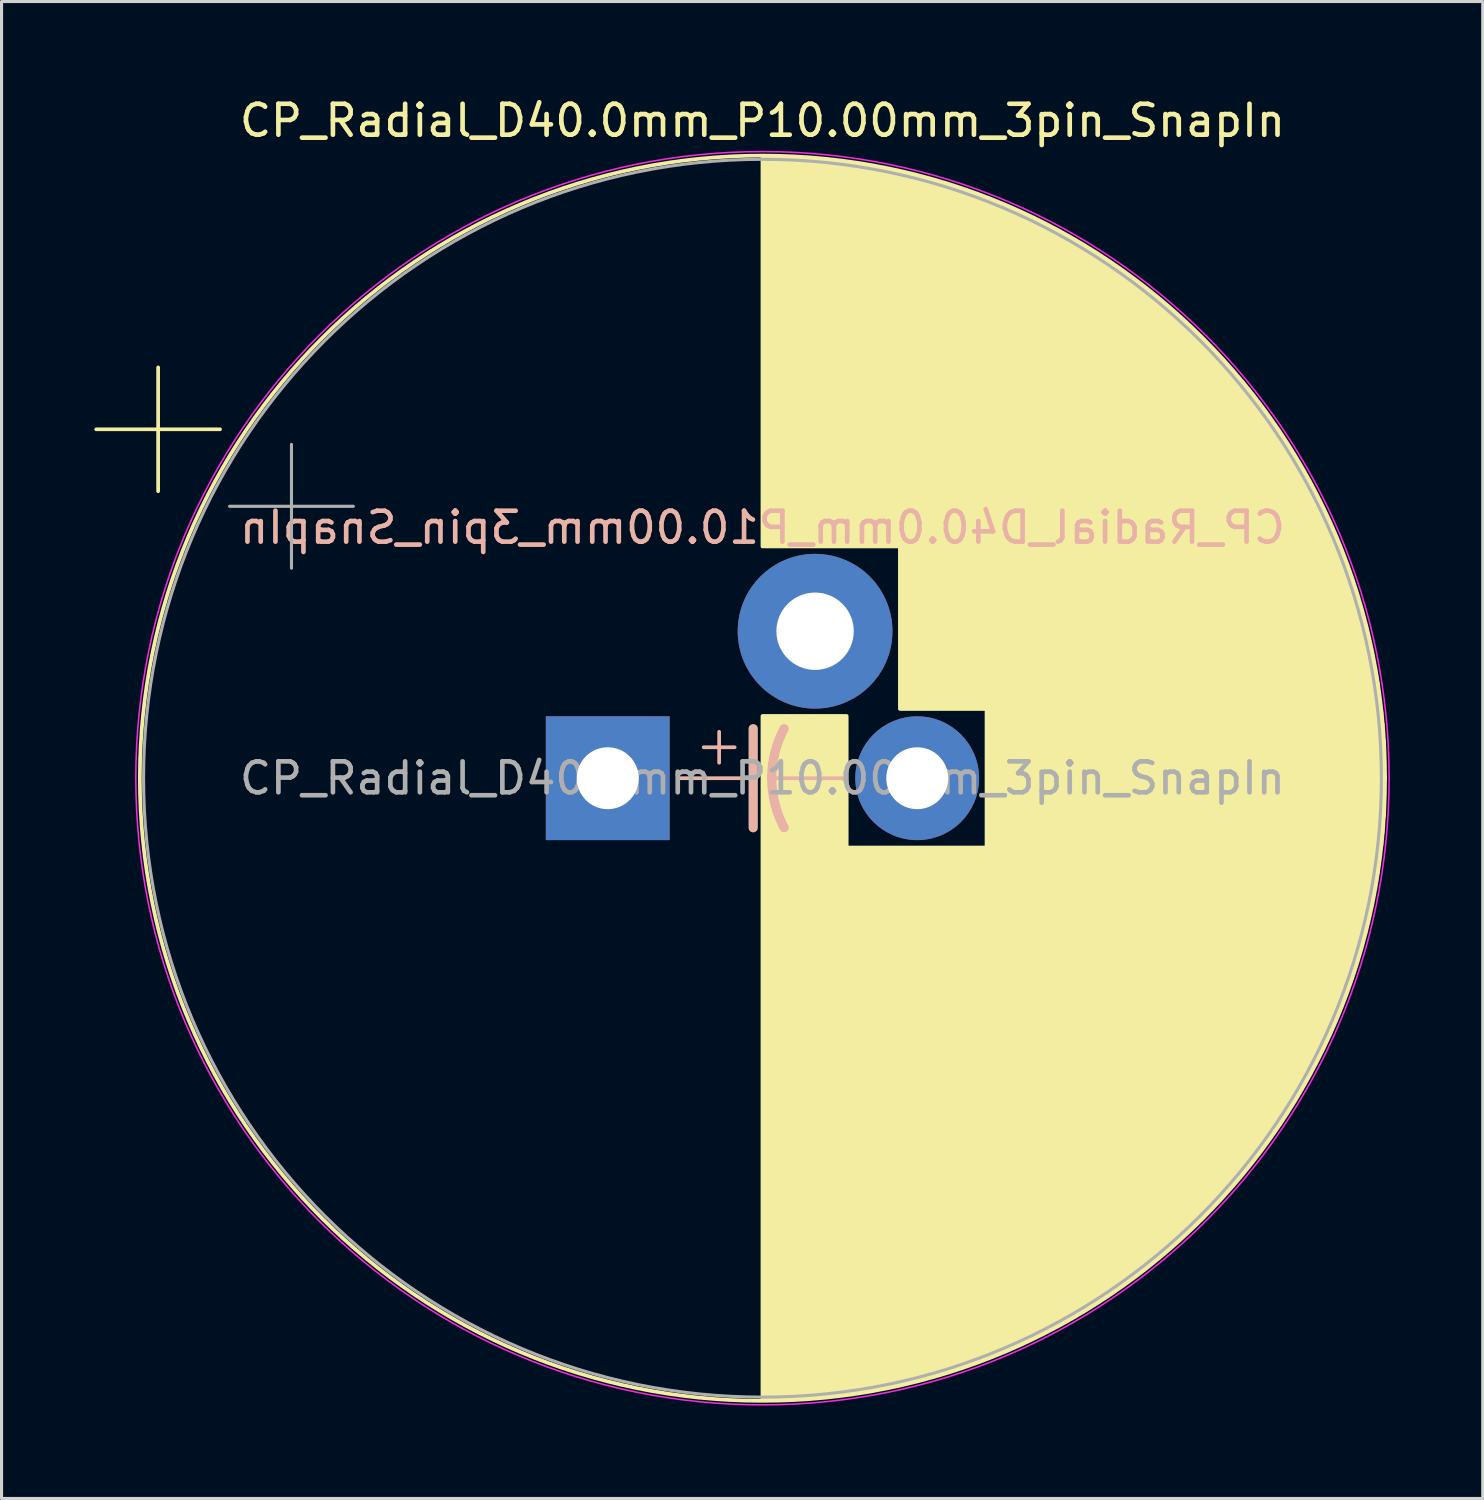
<source format=kicad_pcb>
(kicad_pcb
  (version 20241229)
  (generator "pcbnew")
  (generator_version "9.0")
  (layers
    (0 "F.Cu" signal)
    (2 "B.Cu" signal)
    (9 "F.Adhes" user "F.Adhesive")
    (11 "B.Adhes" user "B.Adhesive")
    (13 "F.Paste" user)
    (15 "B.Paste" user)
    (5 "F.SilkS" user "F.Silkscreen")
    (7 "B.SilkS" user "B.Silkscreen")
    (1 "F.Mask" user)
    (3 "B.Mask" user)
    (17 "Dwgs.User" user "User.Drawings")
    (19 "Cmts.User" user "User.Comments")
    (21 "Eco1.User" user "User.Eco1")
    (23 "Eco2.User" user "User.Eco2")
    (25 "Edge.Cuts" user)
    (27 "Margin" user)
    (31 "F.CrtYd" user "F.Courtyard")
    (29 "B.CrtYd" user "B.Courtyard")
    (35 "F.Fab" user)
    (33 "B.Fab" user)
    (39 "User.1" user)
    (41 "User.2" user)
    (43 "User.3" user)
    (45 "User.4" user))
  (footprint "CP_Radial_D40.0mm_P10.00mm_3pin_SnapIn"
    (layer "F.Cu")
    (at 16.589 22.098)
    (property "Reference" "CP_Radial_D40.0mm_P10.00mm_3pin_SnapIn" (at 5 -21.25 0) (layer "F.SilkS") (effects (font (size 1 1) (thickness 0.15))))
    (fp_line (start -16.529 -11.275) (end -12.529 -11.275) (stroke (width 0.12) (type solid)) (layer "F.SilkS"))
    (fp_line (start -14.529 -13.275) (end -14.529 -9.275) (stroke (width 0.12) (type solid)) (layer "F.SilkS"))
    (fp_line (start 5 -20.08) (end 5 -7.49) (stroke (width 0.12) (type solid)) (layer "F.SilkS"))
    (fp_line (start 5 -2.01) (end 5 20.08) (stroke (width 0.12) (type solid)) (layer "F.SilkS"))
    (fp_line (start 5.04 -20.08) (end 5.04 -7.49) (stroke (width 0.12) (type solid)) (layer "F.SilkS"))
    (fp_line (start 5.04 -2.01) (end 5.04 20.08) (stroke (width 0.12) (type solid)) (layer "F.SilkS"))
    (fp_line (start 5.08 -20.08) (end 5.08 -7.49) (stroke (width 0.12) (type solid)) (layer "F.SilkS"))
    (fp_line (start 5.08 -2.01) (end 5.08 20.08) (stroke (width 0.12) (type solid)) (layer "F.SilkS"))
    (fp_line (start 5.12 -20.08) (end 5.12 -7.49) (stroke (width 0.12) (type solid)) (layer "F.SilkS"))
    (fp_line (start 5.12 -2.01) (end 5.12 20.08) (stroke (width 0.12) (type solid)) (layer "F.SilkS"))
    (fp_line (start 5.16 -20.08) (end 5.16 -7.49) (stroke (width 0.12) (type solid)) (layer "F.SilkS"))
    (fp_line (start 5.16 -2.01) (end 5.16 20.08) (stroke (width 0.12) (type solid)) (layer "F.SilkS"))
    (fp_line (start 5.2 -20.08) (end 5.2 -7.49) (stroke (width 0.12) (type solid)) (layer "F.SilkS"))
    (fp_line (start 5.2 -2.01) (end 5.2 20.08) (stroke (width 0.12) (type solid)) (layer "F.SilkS"))
    (fp_line (start 5.24 -20.079) (end 5.24 -7.49) (stroke (width 0.12) (type solid)) (layer "F.SilkS"))
    (fp_line (start 5.24 -2.01) (end 5.24 20.079) (stroke (width 0.12) (type solid)) (layer "F.SilkS"))
    (fp_line (start 5.28 -20.079) (end 5.28 -7.49) (stroke (width 0.12) (type solid)) (layer "F.SilkS"))
    (fp_line (start 5.28 -2.01) (end 5.28 20.079) (stroke (width 0.12) (type solid)) (layer "F.SilkS"))
    (fp_line (start 5.32 -20.078) (end 5.32 -7.49) (stroke (width 0.12) (type solid)) (layer "F.SilkS"))
    (fp_line (start 5.32 -2.01) (end 5.32 20.078) (stroke (width 0.12) (type solid)) (layer "F.SilkS"))
    (fp_line (start 5.36 -20.077) (end 5.36 -7.49) (stroke (width 0.12) (type solid)) (layer "F.SilkS"))
    (fp_line (start 5.36 -2.01) (end 5.36 20.077) (stroke (width 0.12) (type solid)) (layer "F.SilkS"))
    (fp_line (start 5.4 -20.077) (end 5.4 -7.49) (stroke (width 0.12) (type solid)) (layer "F.SilkS"))
    (fp_line (start 5.4 -2.01) (end 5.4 20.077) (stroke (width 0.12) (type solid)) (layer "F.SilkS"))
    (fp_line (start 5.44 -20.076) (end 5.44 -7.49) (stroke (width 0.12) (type solid)) (layer "F.SilkS"))
    (fp_line (start 5.44 -2.01) (end 5.44 20.076) (stroke (width 0.12) (type solid)) (layer "F.SilkS"))
    (fp_line (start 5.48 -20.075) (end 5.48 -7.49) (stroke (width 0.12) (type solid)) (layer "F.SilkS"))
    (fp_line (start 5.48 -2.01) (end 5.48 20.075) (stroke (width 0.12) (type solid)) (layer "F.SilkS"))
    (fp_line (start 5.52 -20.074) (end 5.52 -7.49) (stroke (width 0.12) (type solid)) (layer "F.SilkS"))
    (fp_line (start 5.52 -2.01) (end 5.52 20.074) (stroke (width 0.12) (type solid)) (layer "F.SilkS"))
    (fp_line (start 5.56 -20.073) (end 5.56 -7.49) (stroke (width 0.12) (type solid)) (layer "F.SilkS"))
    (fp_line (start 5.56 -2.01) (end 5.56 20.073) (stroke (width 0.12) (type solid)) (layer "F.SilkS"))
    (fp_line (start 5.6 -20.072) (end 5.6 -7.49) (stroke (width 0.12) (type solid)) (layer "F.SilkS"))
    (fp_line (start 5.6 -2.01) (end 5.6 20.072) (stroke (width 0.12) (type solid)) (layer "F.SilkS"))
    (fp_line (start 5.64 -20.07) (end 5.64 -7.49) (stroke (width 0.12) (type solid)) (layer "F.SilkS"))
    (fp_line (start 5.64 -2.01) (end 5.64 20.07) (stroke (width 0.12) (type solid)) (layer "F.SilkS"))
    (fp_line (start 5.68 -20.069) (end 5.68 -7.49) (stroke (width 0.12) (type solid)) (layer "F.SilkS"))
    (fp_line (start 5.68 -2.01) (end 5.68 20.069) (stroke (width 0.12) (type solid)) (layer "F.SilkS"))
    (fp_line (start 5.721 -20.068) (end 5.721 -7.49) (stroke (width 0.12) (type solid)) (layer "F.SilkS"))
    (fp_line (start 5.721 -2.01) (end 5.721 20.068) (stroke (width 0.12) (type solid)) (layer "F.SilkS"))
    (fp_line (start 5.761 -20.066) (end 5.761 -7.49) (stroke (width 0.12) (type solid)) (layer "F.SilkS"))
    (fp_line (start 5.761 -2.01) (end 5.761 20.066) (stroke (width 0.12) (type solid)) (layer "F.SilkS"))
    (fp_line (start 5.801 -20.065) (end 5.801 -7.49) (stroke (width 0.12) (type solid)) (layer "F.SilkS"))
    (fp_line (start 5.801 -2.01) (end 5.801 20.065) (stroke (width 0.12) (type solid)) (layer "F.SilkS"))
    (fp_line (start 5.841 -20.063) (end 5.841 -7.49) (stroke (width 0.12) (type solid)) (layer "F.SilkS"))
    (fp_line (start 5.841 -2.01) (end 5.841 20.063) (stroke (width 0.12) (type solid)) (layer "F.SilkS"))
    (fp_line (start 5.881 -20.061) (end 5.881 -7.49) (stroke (width 0.12) (type solid)) (layer "F.SilkS"))
    (fp_line (start 5.881 -2.01) (end 5.881 20.061) (stroke (width 0.12) (type solid)) (layer "F.SilkS"))
    (fp_line (start 5.921 -20.059) (end 5.921 -7.49) (stroke (width 0.12) (type solid)) (layer "F.SilkS"))
    (fp_line (start 5.921 -2.01) (end 5.921 20.059) (stroke (width 0.12) (type solid)) (layer "F.SilkS"))
    (fp_line (start 5.961 -20.058) (end 5.961 -7.49) (stroke (width 0.12) (type solid)) (layer "F.SilkS"))
    (fp_line (start 5.961 -2.01) (end 5.961 20.058) (stroke (width 0.12) (type solid)) (layer "F.SilkS"))
    (fp_line (start 6.001 -20.056) (end 6.001 -7.49) (stroke (width 0.12) (type solid)) (layer "F.SilkS"))
    (fp_line (start 6.001 -2.01) (end 6.001 20.056) (stroke (width 0.12) (type solid)) (layer "F.SilkS"))
    (fp_line (start 6.041 -20.054) (end 6.041 -7.49) (stroke (width 0.12) (type solid)) (layer "F.SilkS"))
    (fp_line (start 6.041 -2.01) (end 6.041 20.054) (stroke (width 0.12) (type solid)) (layer "F.SilkS"))
    (fp_line (start 6.081 -20.051) (end 6.081 -7.49) (stroke (width 0.12) (type solid)) (layer "F.SilkS"))
    (fp_line (start 6.081 -2.01) (end 6.081 20.051) (stroke (width 0.12) (type solid)) (layer "F.SilkS"))
    (fp_line (start 6.121 -20.049) (end 6.121 -7.49) (stroke (width 0.12) (type solid)) (layer "F.SilkS"))
    (fp_line (start 6.121 -2.01) (end 6.121 20.049) (stroke (width 0.12) (type solid)) (layer "F.SilkS"))
    (fp_line (start 6.161 -20.047) (end 6.161 -7.49) (stroke (width 0.12) (type solid)) (layer "F.SilkS"))
    (fp_line (start 6.161 -2.01) (end 6.161 20.047) (stroke (width 0.12) (type solid)) (layer "F.SilkS"))
    (fp_line (start 6.201 -20.045) (end 6.201 -7.49) (stroke (width 0.12) (type solid)) (layer "F.SilkS"))
    (fp_line (start 6.201 -2.01) (end 6.201 20.045) (stroke (width 0.12) (type solid)) (layer "F.SilkS"))
    (fp_line (start 6.241 -20.042) (end 6.241 -7.49) (stroke (width 0.12) (type solid)) (layer "F.SilkS"))
    (fp_line (start 6.241 -2.01) (end 6.241 20.042) (stroke (width 0.12) (type solid)) (layer "F.SilkS"))
    (fp_line (start 6.281 -20.04) (end 6.281 -7.49) (stroke (width 0.12) (type solid)) (layer "F.SilkS"))
    (fp_line (start 6.281 -2.01) (end 6.281 20.04) (stroke (width 0.12) (type solid)) (layer "F.SilkS"))
    (fp_line (start 6.321 -20.037) (end 6.321 -7.49) (stroke (width 0.12) (type solid)) (layer "F.SilkS"))
    (fp_line (start 6.321 -2.01) (end 6.321 20.037) (stroke (width 0.12) (type solid)) (layer "F.SilkS"))
    (fp_line (start 6.361 -20.034) (end 6.361 -7.49) (stroke (width 0.12) (type solid)) (layer "F.SilkS"))
    (fp_line (start 6.361 -2.01) (end 6.361 20.034) (stroke (width 0.12) (type solid)) (layer "F.SilkS"))
    (fp_line (start 6.401 -20.032) (end 6.401 -7.49) (stroke (width 0.12) (type solid)) (layer "F.SilkS"))
    (fp_line (start 6.401 -2.01) (end 6.401 20.032) (stroke (width 0.12) (type solid)) (layer "F.SilkS"))
    (fp_line (start 6.441 -20.029) (end 6.441 -7.49) (stroke (width 0.12) (type solid)) (layer "F.SilkS"))
    (fp_line (start 6.441 -2.01) (end 6.441 20.029) (stroke (width 0.12) (type solid)) (layer "F.SilkS"))
    (fp_line (start 6.481 -20.026) (end 6.481 -7.49) (stroke (width 0.12) (type solid)) (layer "F.SilkS"))
    (fp_line (start 6.481 -2.01) (end 6.481 20.026) (stroke (width 0.12) (type solid)) (layer "F.SilkS"))
    (fp_line (start 6.521 -20.023) (end 6.521 -7.49) (stroke (width 0.12) (type solid)) (layer "F.SilkS"))
    (fp_line (start 6.521 -2.01) (end 6.521 20.023) (stroke (width 0.12) (type solid)) (layer "F.SilkS"))
    (fp_line (start 6.561 -20.02) (end 6.561 -7.49) (stroke (width 0.12) (type solid)) (layer "F.SilkS"))
    (fp_line (start 6.561 -2.01) (end 6.561 20.02) (stroke (width 0.12) (type solid)) (layer "F.SilkS"))
    (fp_line (start 6.601 -20.017) (end 6.601 -7.49) (stroke (width 0.12) (type solid)) (layer "F.SilkS"))
    (fp_line (start 6.601 -2.01) (end 6.601 20.017) (stroke (width 0.12) (type solid)) (layer "F.SilkS"))
    (fp_line (start 6.641 -20.014) (end 6.641 -7.49) (stroke (width 0.12) (type solid)) (layer "F.SilkS"))
    (fp_line (start 6.641 -2.01) (end 6.641 20.014) (stroke (width 0.12) (type solid)) (layer "F.SilkS"))
    (fp_line (start 6.681 -20.01) (end 6.681 -7.49) (stroke (width 0.12) (type solid)) (layer "F.SilkS"))
    (fp_line (start 6.681 -2.01) (end 6.681 20.01) (stroke (width 0.12) (type solid)) (layer "F.SilkS"))
    (fp_line (start 6.721 -20.007) (end 6.721 -7.49) (stroke (width 0.12) (type solid)) (layer "F.SilkS"))
    (fp_line (start 6.721 -2.01) (end 6.721 20.007) (stroke (width 0.12) (type solid)) (layer "F.SilkS"))
    (fp_line (start 6.761 -20.003) (end 6.761 -7.49) (stroke (width 0.12) (type solid)) (layer "F.SilkS"))
    (fp_line (start 6.761 -2.01) (end 6.761 20.003) (stroke (width 0.12) (type solid)) (layer "F.SilkS"))
    (fp_line (start 6.801 -20) (end 6.801 -7.49) (stroke (width 0.12) (type solid)) (layer "F.SilkS"))
    (fp_line (start 6.801 -2.01) (end 6.801 20) (stroke (width 0.12) (type solid)) (layer "F.SilkS"))
    (fp_line (start 6.841 -19.996) (end 6.841 -7.49) (stroke (width 0.12) (type solid)) (layer "F.SilkS"))
    (fp_line (start 6.841 -2.01) (end 6.841 19.996) (stroke (width 0.12) (type solid)) (layer "F.SilkS"))
    (fp_line (start 6.881 -19.992) (end 6.881 -7.49) (stroke (width 0.12) (type solid)) (layer "F.SilkS"))
    (fp_line (start 6.881 -2.01) (end 6.881 19.992) (stroke (width 0.12) (type solid)) (layer "F.SilkS"))
    (fp_line (start 6.921 -19.989) (end 6.921 -7.49) (stroke (width 0.12) (type solid)) (layer "F.SilkS"))
    (fp_line (start 6.921 -2.01) (end 6.921 19.989) (stroke (width 0.12) (type solid)) (layer "F.SilkS"))
    (fp_line (start 6.961 -19.985) (end 6.961 -7.49) (stroke (width 0.12) (type solid)) (layer "F.SilkS"))
    (fp_line (start 6.961 -2.01) (end 6.961 19.985) (stroke (width 0.12) (type solid)) (layer "F.SilkS"))
    (fp_line (start 7.001 -19.981) (end 7.001 -7.49) (stroke (width 0.12) (type solid)) (layer "F.SilkS"))
    (fp_line (start 7.001 -2.01) (end 7.001 19.981) (stroke (width 0.12) (type solid)) (layer "F.SilkS"))
    (fp_line (start 7.041 -19.977) (end 7.041 -7.49) (stroke (width 0.12) (type solid)) (layer "F.SilkS"))
    (fp_line (start 7.041 -2.01) (end 7.041 19.977) (stroke (width 0.12) (type solid)) (layer "F.SilkS"))
    (fp_line (start 7.081 -19.973) (end 7.081 -7.49) (stroke (width 0.12) (type solid)) (layer "F.SilkS"))
    (fp_line (start 7.081 -2.01) (end 7.081 19.973) (stroke (width 0.12) (type solid)) (layer "F.SilkS"))
    (fp_line (start 7.121 -19.968) (end 7.121 -7.49) (stroke (width 0.12) (type solid)) (layer "F.SilkS"))
    (fp_line (start 7.121 -2.01) (end 7.121 19.968) (stroke (width 0.12) (type solid)) (layer "F.SilkS"))
    (fp_line (start 7.161 -19.964) (end 7.161 -7.49) (stroke (width 0.12) (type solid)) (layer "F.SilkS"))
    (fp_line (start 7.161 -2.01) (end 7.161 19.964) (stroke (width 0.12) (type solid)) (layer "F.SilkS"))
    (fp_line (start 7.201 -19.96) (end 7.201 -7.49) (stroke (width 0.12) (type solid)) (layer "F.SilkS"))
    (fp_line (start 7.201 -2.01) (end 7.201 19.96) (stroke (width 0.12) (type solid)) (layer "F.SilkS"))
    (fp_line (start 7.241 -19.955) (end 7.241 -7.49) (stroke (width 0.12) (type solid)) (layer "F.SilkS"))
    (fp_line (start 7.241 -2.01) (end 7.241 19.955) (stroke (width 0.12) (type solid)) (layer "F.SilkS"))
    (fp_line (start 7.281 -19.951) (end 7.281 -7.49) (stroke (width 0.12) (type solid)) (layer "F.SilkS"))
    (fp_line (start 7.281 -2.01) (end 7.281 19.951) (stroke (width 0.12) (type solid)) (layer "F.SilkS"))
    (fp_line (start 7.321 -19.946) (end 7.321 -7.49) (stroke (width 0.12) (type solid)) (layer "F.SilkS"))
    (fp_line (start 7.321 -2.01) (end 7.321 19.946) (stroke (width 0.12) (type solid)) (layer "F.SilkS"))
    (fp_line (start 7.361 -19.942) (end 7.361 -7.49) (stroke (width 0.12) (type solid)) (layer "F.SilkS"))
    (fp_line (start 7.361 -2.01) (end 7.361 19.942) (stroke (width 0.12) (type solid)) (layer "F.SilkS"))
    (fp_line (start 7.401 -19.937) (end 7.401 -7.49) (stroke (width 0.12) (type solid)) (layer "F.SilkS"))
    (fp_line (start 7.401 -2.01) (end 7.401 19.937) (stroke (width 0.12) (type solid)) (layer "F.SilkS"))
    (fp_line (start 7.441 -19.932) (end 7.441 -7.49) (stroke (width 0.12) (type solid)) (layer "F.SilkS"))
    (fp_line (start 7.441 -2.01) (end 7.441 19.932) (stroke (width 0.12) (type solid)) (layer "F.SilkS"))
    (fp_line (start 7.481 -19.927) (end 7.481 -7.49) (stroke (width 0.12) (type solid)) (layer "F.SilkS"))
    (fp_line (start 7.481 -2.01) (end 7.481 19.927) (stroke (width 0.12) (type solid)) (layer "F.SilkS"))
    (fp_line (start 7.521 -19.922) (end 7.521 -7.49) (stroke (width 0.12) (type solid)) (layer "F.SilkS"))
    (fp_line (start 7.521 -2.01) (end 7.521 19.922) (stroke (width 0.12) (type solid)) (layer "F.SilkS"))
    (fp_line (start 7.561 -19.917) (end 7.561 -7.49) (stroke (width 0.12) (type solid)) (layer "F.SilkS"))
    (fp_line (start 7.561 -2.01) (end 7.561 19.917) (stroke (width 0.12) (type solid)) (layer "F.SilkS"))
    (fp_line (start 7.601 -19.912) (end 7.601 -7.49) (stroke (width 0.12) (type solid)) (layer "F.SilkS"))
    (fp_line (start 7.601 -2.01) (end 7.601 19.912) (stroke (width 0.12) (type solid)) (layer "F.SilkS"))
    (fp_line (start 7.641 -19.907) (end 7.641 -7.49) (stroke (width 0.12) (type solid)) (layer "F.SilkS"))
    (fp_line (start 7.641 -2.01) (end 7.641 19.907) (stroke (width 0.12) (type solid)) (layer "F.SilkS"))
    (fp_line (start 7.681 -19.901) (end 7.681 -7.49) (stroke (width 0.12) (type solid)) (layer "F.SilkS"))
    (fp_line (start 7.681 -2.01) (end 7.681 19.901) (stroke (width 0.12) (type solid)) (layer "F.SilkS"))
    (fp_line (start 7.721 -19.896) (end 7.721 -7.49) (stroke (width 0.12) (type solid)) (layer "F.SilkS"))
    (fp_line (start 7.721 -2.01) (end 7.721 19.896) (stroke (width 0.12) (type solid)) (layer "F.SilkS"))
    (fp_line (start 7.761 -19.89) (end 7.761 -7.49) (stroke (width 0.12) (type solid)) (layer "F.SilkS"))
    (fp_line (start 7.761 2.24) (end 7.761 19.89) (stroke (width 0.12) (type solid)) (layer "F.SilkS"))
    (fp_line (start 7.801 -19.885) (end 7.801 -7.49) (stroke (width 0.12) (type solid)) (layer "F.SilkS"))
    (fp_line (start 7.801 2.24) (end 7.801 19.885) (stroke (width 0.12) (type solid)) (layer "F.SilkS"))
    (fp_line (start 7.841 -19.879) (end 7.841 -7.49) (stroke (width 0.12) (type solid)) (layer "F.SilkS"))
    (fp_line (start 7.841 2.24) (end 7.841 19.879) (stroke (width 0.12) (type solid)) (layer "F.SilkS"))
    (fp_line (start 7.881 -19.873) (end 7.881 -7.49) (stroke (width 0.12) (type solid)) (layer "F.SilkS"))
    (fp_line (start 7.881 2.24) (end 7.881 19.873) (stroke (width 0.12) (type solid)) (layer "F.SilkS"))
    (fp_line (start 7.921 -19.867) (end 7.921 -7.49) (stroke (width 0.12) (type solid)) (layer "F.SilkS"))
    (fp_line (start 7.921 2.24) (end 7.921 19.867) (stroke (width 0.12) (type solid)) (layer "F.SilkS"))
    (fp_line (start 7.961 -19.862) (end 7.961 -7.49) (stroke (width 0.12) (type solid)) (layer "F.SilkS"))
    (fp_line (start 7.961 2.24) (end 7.961 19.862) (stroke (width 0.12) (type solid)) (layer "F.SilkS"))
    (fp_line (start 8.001 -19.856) (end 8.001 -7.49) (stroke (width 0.12) (type solid)) (layer "F.SilkS"))
    (fp_line (start 8.001 2.24) (end 8.001 19.856) (stroke (width 0.12) (type solid)) (layer "F.SilkS"))
    (fp_line (start 8.041 -19.85) (end 8.041 -7.49) (stroke (width 0.12) (type solid)) (layer "F.SilkS"))
    (fp_line (start 8.041 2.24) (end 8.041 19.85) (stroke (width 0.12) (type solid)) (layer "F.SilkS"))
    (fp_line (start 8.081 -19.843) (end 8.081 -7.49) (stroke (width 0.12) (type solid)) (layer "F.SilkS"))
    (fp_line (start 8.081 2.24) (end 8.081 19.843) (stroke (width 0.12) (type solid)) (layer "F.SilkS"))
    (fp_line (start 8.121 -19.837) (end 8.121 -7.49) (stroke (width 0.12) (type solid)) (layer "F.SilkS"))
    (fp_line (start 8.121 2.24) (end 8.121 19.837) (stroke (width 0.12) (type solid)) (layer "F.SilkS"))
    (fp_line (start 8.161 -19.831) (end 8.161 -7.49) (stroke (width 0.12) (type solid)) (layer "F.SilkS"))
    (fp_line (start 8.161 2.24) (end 8.161 19.831) (stroke (width 0.12) (type solid)) (layer "F.SilkS"))
    (fp_line (start 8.201 -19.824) (end 8.201 -7.49) (stroke (width 0.12) (type solid)) (layer "F.SilkS"))
    (fp_line (start 8.201 2.24) (end 8.201 19.824) (stroke (width 0.12) (type solid)) (layer "F.SilkS"))
    (fp_line (start 8.241 -19.818) (end 8.241 -7.49) (stroke (width 0.12) (type solid)) (layer "F.SilkS"))
    (fp_line (start 8.241 2.24) (end 8.241 19.818) (stroke (width 0.12) (type solid)) (layer "F.SilkS"))
    (fp_line (start 8.281 -19.811) (end 8.281 -7.49) (stroke (width 0.12) (type solid)) (layer "F.SilkS"))
    (fp_line (start 8.281 2.24) (end 8.281 19.811) (stroke (width 0.12) (type solid)) (layer "F.SilkS"))
    (fp_line (start 8.321 -19.805) (end 8.321 -7.49) (stroke (width 0.12) (type solid)) (layer "F.SilkS"))
    (fp_line (start 8.321 2.24) (end 8.321 19.805) (stroke (width 0.12) (type solid)) (layer "F.SilkS"))
    (fp_line (start 8.361 -19.798) (end 8.361 -7.49) (stroke (width 0.12) (type solid)) (layer "F.SilkS"))
    (fp_line (start 8.361 2.24) (end 8.361 19.798) (stroke (width 0.12) (type solid)) (layer "F.SilkS"))
    (fp_line (start 8.401 -19.791) (end 8.401 -7.49) (stroke (width 0.12) (type solid)) (layer "F.SilkS"))
    (fp_line (start 8.401 2.24) (end 8.401 19.791) (stroke (width 0.12) (type solid)) (layer "F.SilkS"))
    (fp_line (start 8.441 -19.784) (end 8.441 -7.49) (stroke (width 0.12) (type solid)) (layer "F.SilkS"))
    (fp_line (start 8.441 2.24) (end 8.441 19.784) (stroke (width 0.12) (type solid)) (layer "F.SilkS"))
    (fp_line (start 8.481 -19.777) (end 8.481 -7.49) (stroke (width 0.12) (type solid)) (layer "F.SilkS"))
    (fp_line (start 8.481 2.24) (end 8.481 19.777) (stroke (width 0.12) (type solid)) (layer "F.SilkS"))
    (fp_line (start 8.521 -19.77) (end 8.521 -7.49) (stroke (width 0.12) (type solid)) (layer "F.SilkS"))
    (fp_line (start 8.521 2.24) (end 8.521 19.77) (stroke (width 0.12) (type solid)) (layer "F.SilkS"))
    (fp_line (start 8.561 -19.763) (end 8.561 -7.49) (stroke (width 0.12) (type solid)) (layer "F.SilkS"))
    (fp_line (start 8.561 2.24) (end 8.561 19.763) (stroke (width 0.12) (type solid)) (layer "F.SilkS"))
    (fp_line (start 8.601 -19.756) (end 8.601 -7.49) (stroke (width 0.12) (type solid)) (layer "F.SilkS"))
    (fp_line (start 8.601 2.24) (end 8.601 19.756) (stroke (width 0.12) (type solid)) (layer "F.SilkS"))
    (fp_line (start 8.641 -19.748) (end 8.641 -7.49) (stroke (width 0.12) (type solid)) (layer "F.SilkS"))
    (fp_line (start 8.641 2.24) (end 8.641 19.748) (stroke (width 0.12) (type solid)) (layer "F.SilkS"))
    (fp_line (start 8.681 -19.741) (end 8.681 -7.49) (stroke (width 0.12) (type solid)) (layer "F.SilkS"))
    (fp_line (start 8.681 2.24) (end 8.681 19.741) (stroke (width 0.12) (type solid)) (layer "F.SilkS"))
    (fp_line (start 8.721 -19.734) (end 8.721 -7.49) (stroke (width 0.12) (type solid)) (layer "F.SilkS"))
    (fp_line (start 8.721 2.24) (end 8.721 19.734) (stroke (width 0.12) (type solid)) (layer "F.SilkS"))
    (fp_line (start 8.761 -19.726) (end 8.761 -7.49) (stroke (width 0.12) (type solid)) (layer "F.SilkS"))
    (fp_line (start 8.761 2.24) (end 8.761 19.726) (stroke (width 0.12) (type solid)) (layer "F.SilkS"))
    (fp_line (start 8.801 -19.718) (end 8.801 -7.49) (stroke (width 0.12) (type solid)) (layer "F.SilkS"))
    (fp_line (start 8.801 2.24) (end 8.801 19.718) (stroke (width 0.12) (type solid)) (layer "F.SilkS"))
    (fp_line (start 8.841 -19.711) (end 8.841 -7.49) (stroke (width 0.12) (type solid)) (layer "F.SilkS"))
    (fp_line (start 8.841 2.24) (end 8.841 19.711) (stroke (width 0.12) (type solid)) (layer "F.SilkS"))
    (fp_line (start 8.881 -19.703) (end 8.881 -7.49) (stroke (width 0.12) (type solid)) (layer "F.SilkS"))
    (fp_line (start 8.881 2.24) (end 8.881 19.703) (stroke (width 0.12) (type solid)) (layer "F.SilkS"))
    (fp_line (start 8.921 -19.695) (end 8.921 -7.49) (stroke (width 0.12) (type solid)) (layer "F.SilkS"))
    (fp_line (start 8.921 2.24) (end 8.921 19.695) (stroke (width 0.12) (type solid)) (layer "F.SilkS"))
    (fp_line (start 8.961 -19.687) (end 8.961 -7.49) (stroke (width 0.12) (type solid)) (layer "F.SilkS"))
    (fp_line (start 8.961 2.24) (end 8.961 19.687) (stroke (width 0.12) (type solid)) (layer "F.SilkS"))
    (fp_line (start 9.001 -19.679) (end 9.001 -7.49) (stroke (width 0.12) (type solid)) (layer "F.SilkS"))
    (fp_line (start 9.001 2.24) (end 9.001 19.679) (stroke (width 0.12) (type solid)) (layer "F.SilkS"))
    (fp_line (start 9.041 -19.671) (end 9.041 -7.49) (stroke (width 0.12) (type solid)) (layer "F.SilkS"))
    (fp_line (start 9.041 2.24) (end 9.041 19.671) (stroke (width 0.12) (type solid)) (layer "F.SilkS"))
    (fp_line (start 9.081 -19.662) (end 9.081 -7.49) (stroke (width 0.12) (type solid)) (layer "F.SilkS"))
    (fp_line (start 9.081 2.24) (end 9.081 19.662) (stroke (width 0.12) (type solid)) (layer "F.SilkS"))
    (fp_line (start 9.121 -19.654) (end 9.121 -7.49) (stroke (width 0.12) (type solid)) (layer "F.SilkS"))
    (fp_line (start 9.121 2.24) (end 9.121 19.654) (stroke (width 0.12) (type solid)) (layer "F.SilkS"))
    (fp_line (start 9.161 -19.646) (end 9.161 -7.49) (stroke (width 0.12) (type solid)) (layer "F.SilkS"))
    (fp_line (start 9.161 2.24) (end 9.161 19.646) (stroke (width 0.12) (type solid)) (layer "F.SilkS"))
    (fp_line (start 9.201 -19.637) (end 9.201 -7.49) (stroke (width 0.12) (type solid)) (layer "F.SilkS"))
    (fp_line (start 9.201 2.24) (end 9.201 19.637) (stroke (width 0.12) (type solid)) (layer "F.SilkS"))
    (fp_line (start 9.241 -19.629) (end 9.241 -7.49) (stroke (width 0.12) (type solid)) (layer "F.SilkS"))
    (fp_line (start 9.241 2.24) (end 9.241 19.629) (stroke (width 0.12) (type solid)) (layer "F.SilkS"))
    (fp_line (start 9.281 -19.62) (end 9.281 -7.49) (stroke (width 0.12) (type solid)) (layer "F.SilkS"))
    (fp_line (start 9.281 2.24) (end 9.281 19.62) (stroke (width 0.12) (type solid)) (layer "F.SilkS"))
    (fp_line (start 9.321 -19.611) (end 9.321 -7.49) (stroke (width 0.12) (type solid)) (layer "F.SilkS"))
    (fp_line (start 9.321 2.24) (end 9.321 19.611) (stroke (width 0.12) (type solid)) (layer "F.SilkS"))
    (fp_line (start 9.361 -19.602) (end 9.361 -7.49) (stroke (width 0.12) (type solid)) (layer "F.SilkS"))
    (fp_line (start 9.361 2.24) (end 9.361 19.602) (stroke (width 0.12) (type solid)) (layer "F.SilkS"))
    (fp_line (start 9.401 -19.593) (end 9.401 -7.49) (stroke (width 0.12) (type solid)) (layer "F.SilkS"))
    (fp_line (start 9.401 2.24) (end 9.401 19.593) (stroke (width 0.12) (type solid)) (layer "F.SilkS"))
    (fp_line (start 9.441 -19.584) (end 9.441 -2.24) (stroke (width 0.12) (type solid)) (layer "F.SilkS"))
    (fp_line (start 9.441 2.24) (end 9.441 19.584) (stroke (width 0.12) (type solid)) (layer "F.SilkS"))
    (fp_line (start 9.481 -19.575) (end 9.481 -2.24) (stroke (width 0.12) (type solid)) (layer "F.SilkS"))
    (fp_line (start 9.481 2.24) (end 9.481 19.575) (stroke (width 0.12) (type solid)) (layer "F.SilkS"))
    (fp_line (start 9.521 -19.566) (end 9.521 -2.24) (stroke (width 0.12) (type solid)) (layer "F.SilkS"))
    (fp_line (start 9.521 2.24) (end 9.521 19.566) (stroke (width 0.12) (type solid)) (layer "F.SilkS"))
    (fp_line (start 9.561 -19.557) (end 9.561 -2.24) (stroke (width 0.12) (type solid)) (layer "F.SilkS"))
    (fp_line (start 9.561 2.24) (end 9.561 19.557) (stroke (width 0.12) (type solid)) (layer "F.SilkS"))
    (fp_line (start 9.601 -19.548) (end 9.601 -2.24) (stroke (width 0.12) (type solid)) (layer "F.SilkS"))
    (fp_line (start 9.601 2.24) (end 9.601 19.548) (stroke (width 0.12) (type solid)) (layer "F.SilkS"))
    (fp_line (start 9.641 -19.538) (end 9.641 -2.24) (stroke (width 0.12) (type solid)) (layer "F.SilkS"))
    (fp_line (start 9.641 2.24) (end 9.641 19.538) (stroke (width 0.12) (type solid)) (layer "F.SilkS"))
    (fp_line (start 9.681 -19.529) (end 9.681 -2.24) (stroke (width 0.12) (type solid)) (layer "F.SilkS"))
    (fp_line (start 9.681 2.24) (end 9.681 19.529) (stroke (width 0.12) (type solid)) (layer "F.SilkS"))
    (fp_line (start 9.721 -19.519) (end 9.721 -2.24) (stroke (width 0.12) (type solid)) (layer "F.SilkS"))
    (fp_line (start 9.721 2.24) (end 9.721 19.519) (stroke (width 0.12) (type solid)) (layer "F.SilkS"))
    (fp_line (start 9.761 -19.509) (end 9.761 -2.24) (stroke (width 0.12) (type solid)) (layer "F.SilkS"))
    (fp_line (start 9.761 2.24) (end 9.761 19.509) (stroke (width 0.12) (type solid)) (layer "F.SilkS"))
    (fp_line (start 9.801 -19.5) (end 9.801 -2.24) (stroke (width 0.12) (type solid)) (layer "F.SilkS"))
    (fp_line (start 9.801 2.24) (end 9.801 19.5) (stroke (width 0.12) (type solid)) (layer "F.SilkS"))
    (fp_line (start 9.841 -19.49) (end 9.841 -2.24) (stroke (width 0.12) (type solid)) (layer "F.SilkS"))
    (fp_line (start 9.841 2.24) (end 9.841 19.49) (stroke (width 0.12) (type solid)) (layer "F.SilkS"))
    (fp_line (start 9.881 -19.48) (end 9.881 -2.24) (stroke (width 0.12) (type solid)) (layer "F.SilkS"))
    (fp_line (start 9.881 2.24) (end 9.881 19.48) (stroke (width 0.12) (type solid)) (layer "F.SilkS"))
    (fp_line (start 9.921 -19.47) (end 9.921 -2.24) (stroke (width 0.12) (type solid)) (layer "F.SilkS"))
    (fp_line (start 9.921 2.24) (end 9.921 19.47) (stroke (width 0.12) (type solid)) (layer "F.SilkS"))
    (fp_line (start 9.961 -19.46) (end 9.961 -2.24) (stroke (width 0.12) (type solid)) (layer "F.SilkS"))
    (fp_line (start 9.961 2.24) (end 9.961 19.46) (stroke (width 0.12) (type solid)) (layer "F.SilkS"))
    (fp_line (start 10.001 -19.449) (end 10.001 -2.24) (stroke (width 0.12) (type solid)) (layer "F.SilkS"))
    (fp_line (start 10.001 2.24) (end 10.001 19.449) (stroke (width 0.12) (type solid)) (layer "F.SilkS"))
    (fp_line (start 10.041 -19.439) (end 10.041 -2.24) (stroke (width 0.12) (type solid)) (layer "F.SilkS"))
    (fp_line (start 10.041 2.24) (end 10.041 19.439) (stroke (width 0.12) (type solid)) (layer "F.SilkS"))
    (fp_line (start 10.081 -19.429) (end 10.081 -2.24) (stroke (width 0.12) (type solid)) (layer "F.SilkS"))
    (fp_line (start 10.081 2.24) (end 10.081 19.429) (stroke (width 0.12) (type solid)) (layer "F.SilkS"))
    (fp_line (start 10.121 -19.418) (end 10.121 -2.24) (stroke (width 0.12) (type solid)) (layer "F.SilkS"))
    (fp_line (start 10.121 2.24) (end 10.121 19.418) (stroke (width 0.12) (type solid)) (layer "F.SilkS"))
    (fp_line (start 10.161 -19.408) (end 10.161 -2.24) (stroke (width 0.12) (type solid)) (layer "F.SilkS"))
    (fp_line (start 10.161 2.24) (end 10.161 19.408) (stroke (width 0.12) (type solid)) (layer "F.SilkS"))
    (fp_line (start 10.201 -19.397) (end 10.201 -2.24) (stroke (width 0.12) (type solid)) (layer "F.SilkS"))
    (fp_line (start 10.201 2.24) (end 10.201 19.397) (stroke (width 0.12) (type solid)) (layer "F.SilkS"))
    (fp_line (start 10.241 -19.386) (end 10.241 -2.24) (stroke (width 0.12) (type solid)) (layer "F.SilkS"))
    (fp_line (start 10.241 2.24) (end 10.241 19.386) (stroke (width 0.12) (type solid)) (layer "F.SilkS"))
    (fp_line (start 10.281 -19.375) (end 10.281 -2.24) (stroke (width 0.12) (type solid)) (layer "F.SilkS"))
    (fp_line (start 10.281 2.24) (end 10.281 19.375) (stroke (width 0.12) (type solid)) (layer "F.SilkS"))
    (fp_line (start 10.321 -19.364) (end 10.321 -2.24) (stroke (width 0.12) (type solid)) (layer "F.SilkS"))
    (fp_line (start 10.321 2.24) (end 10.321 19.364) (stroke (width 0.12) (type solid)) (layer "F.SilkS"))
    (fp_line (start 10.361 -19.353) (end 10.361 -2.24) (stroke (width 0.12) (type solid)) (layer "F.SilkS"))
    (fp_line (start 10.361 2.24) (end 10.361 19.353) (stroke (width 0.12) (type solid)) (layer "F.SilkS"))
    (fp_line (start 10.401 -19.342) (end 10.401 -2.24) (stroke (width 0.12) (type solid)) (layer "F.SilkS"))
    (fp_line (start 10.401 2.24) (end 10.401 19.342) (stroke (width 0.12) (type solid)) (layer "F.SilkS"))
    (fp_line (start 10.441 -19.331) (end 10.441 -2.24) (stroke (width 0.12) (type solid)) (layer "F.SilkS"))
    (fp_line (start 10.441 2.24) (end 10.441 19.331) (stroke (width 0.12) (type solid)) (layer "F.SilkS"))
    (fp_line (start 10.481 -19.32) (end 10.481 -2.24) (stroke (width 0.12) (type solid)) (layer "F.SilkS"))
    (fp_line (start 10.481 2.24) (end 10.481 19.32) (stroke (width 0.12) (type solid)) (layer "F.SilkS"))
    (fp_line (start 10.521 -19.308) (end 10.521 -2.24) (stroke (width 0.12) (type solid)) (layer "F.SilkS"))
    (fp_line (start 10.521 2.24) (end 10.521 19.308) (stroke (width 0.12) (type solid)) (layer "F.SilkS"))
    (fp_line (start 10.561 -19.297) (end 10.561 -2.24) (stroke (width 0.12) (type solid)) (layer "F.SilkS"))
    (fp_line (start 10.561 2.24) (end 10.561 19.297) (stroke (width 0.12) (type solid)) (layer "F.SilkS"))
    (fp_line (start 10.601 -19.285) (end 10.601 -2.24) (stroke (width 0.12) (type solid)) (layer "F.SilkS"))
    (fp_line (start 10.601 2.24) (end 10.601 19.285) (stroke (width 0.12) (type solid)) (layer "F.SilkS"))
    (fp_line (start 10.641 -19.274) (end 10.641 -2.24) (stroke (width 0.12) (type solid)) (layer "F.SilkS"))
    (fp_line (start 10.641 2.24) (end 10.641 19.274) (stroke (width 0.12) (type solid)) (layer "F.SilkS"))
    (fp_line (start 10.681 -19.262) (end 10.681 -2.24) (stroke (width 0.12) (type solid)) (layer "F.SilkS"))
    (fp_line (start 10.681 2.24) (end 10.681 19.262) (stroke (width 0.12) (type solid)) (layer "F.SilkS"))
    (fp_line (start 10.721 -19.25) (end 10.721 -2.24) (stroke (width 0.12) (type solid)) (layer "F.SilkS"))
    (fp_line (start 10.721 2.24) (end 10.721 19.25) (stroke (width 0.12) (type solid)) (layer "F.SilkS"))
    (fp_line (start 10.761 -19.238) (end 10.761 -2.24) (stroke (width 0.12) (type solid)) (layer "F.SilkS"))
    (fp_line (start 10.761 2.24) (end 10.761 19.238) (stroke (width 0.12) (type solid)) (layer "F.SilkS"))
    (fp_line (start 10.801 -19.226) (end 10.801 -2.24) (stroke (width 0.12) (type solid)) (layer "F.SilkS"))
    (fp_line (start 10.801 2.24) (end 10.801 19.226) (stroke (width 0.12) (type solid)) (layer "F.SilkS"))
    (fp_line (start 10.841 -19.214) (end 10.841 -2.24) (stroke (width 0.12) (type solid)) (layer "F.SilkS"))
    (fp_line (start 10.841 2.24) (end 10.841 19.214) (stroke (width 0.12) (type solid)) (layer "F.SilkS"))
    (fp_line (start 10.881 -19.202) (end 10.881 -2.24) (stroke (width 0.12) (type solid)) (layer "F.SilkS"))
    (fp_line (start 10.881 2.24) (end 10.881 19.202) (stroke (width 0.12) (type solid)) (layer "F.SilkS"))
    (fp_line (start 10.921 -19.19) (end 10.921 -2.24) (stroke (width 0.12) (type solid)) (layer "F.SilkS"))
    (fp_line (start 10.921 2.24) (end 10.921 19.19) (stroke (width 0.12) (type solid)) (layer "F.SilkS"))
    (fp_line (start 10.961 -19.177) (end 10.961 -2.24) (stroke (width 0.12) (type solid)) (layer "F.SilkS"))
    (fp_line (start 10.961 2.24) (end 10.961 19.177) (stroke (width 0.12) (type solid)) (layer "F.SilkS"))
    (fp_line (start 11.001 -19.165) (end 11.001 -2.24) (stroke (width 0.12) (type solid)) (layer "F.SilkS"))
    (fp_line (start 11.001 2.24) (end 11.001 19.165) (stroke (width 0.12) (type solid)) (layer "F.SilkS"))
    (fp_line (start 11.041 -19.152) (end 11.041 -2.24) (stroke (width 0.12) (type solid)) (layer "F.SilkS"))
    (fp_line (start 11.041 2.24) (end 11.041 19.152) (stroke (width 0.12) (type solid)) (layer "F.SilkS"))
    (fp_line (start 11.081 -19.14) (end 11.081 -2.24) (stroke (width 0.12) (type solid)) (layer "F.SilkS"))
    (fp_line (start 11.081 2.24) (end 11.081 19.14) (stroke (width 0.12) (type solid)) (layer "F.SilkS"))
    (fp_line (start 11.121 -19.127) (end 11.121 -2.24) (stroke (width 0.12) (type solid)) (layer "F.SilkS"))
    (fp_line (start 11.121 2.24) (end 11.121 19.127) (stroke (width 0.12) (type solid)) (layer "F.SilkS"))
    (fp_line (start 11.161 -19.114) (end 11.161 -2.24) (stroke (width 0.12) (type solid)) (layer "F.SilkS"))
    (fp_line (start 11.161 2.24) (end 11.161 19.114) (stroke (width 0.12) (type solid)) (layer "F.SilkS"))
    (fp_line (start 11.201 -19.101) (end 11.201 -2.24) (stroke (width 0.12) (type solid)) (layer "F.SilkS"))
    (fp_line (start 11.201 2.24) (end 11.201 19.101) (stroke (width 0.12) (type solid)) (layer "F.SilkS"))
    (fp_line (start 11.241 -19.088) (end 11.241 -2.24) (stroke (width 0.12) (type solid)) (layer "F.SilkS"))
    (fp_line (start 11.241 2.24) (end 11.241 19.088) (stroke (width 0.12) (type solid)) (layer "F.SilkS"))
    (fp_line (start 11.281 -19.075) (end 11.281 -2.24) (stroke (width 0.12) (type solid)) (layer "F.SilkS"))
    (fp_line (start 11.281 2.24) (end 11.281 19.075) (stroke (width 0.12) (type solid)) (layer "F.SilkS"))
    (fp_line (start 11.321 -19.062) (end 11.321 -2.24) (stroke (width 0.12) (type solid)) (layer "F.SilkS"))
    (fp_line (start 11.321 2.24) (end 11.321 19.062) (stroke (width 0.12) (type solid)) (layer "F.SilkS"))
    (fp_line (start 11.361 -19.049) (end 11.361 -2.24) (stroke (width 0.12) (type solid)) (layer "F.SilkS"))
    (fp_line (start 11.361 2.24) (end 11.361 19.049) (stroke (width 0.12) (type solid)) (layer "F.SilkS"))
    (fp_line (start 11.401 -19.035) (end 11.401 -2.24) (stroke (width 0.12) (type solid)) (layer "F.SilkS"))
    (fp_line (start 11.401 2.24) (end 11.401 19.035) (stroke (width 0.12) (type solid)) (layer "F.SilkS"))
    (fp_line (start 11.441 -19.022) (end 11.441 -2.24) (stroke (width 0.12) (type solid)) (layer "F.SilkS"))
    (fp_line (start 11.441 2.24) (end 11.441 19.022) (stroke (width 0.12) (type solid)) (layer "F.SilkS"))
    (fp_line (start 11.481 -19.008) (end 11.481 -2.24) (stroke (width 0.12) (type solid)) (layer "F.SilkS"))
    (fp_line (start 11.481 2.24) (end 11.481 19.008) (stroke (width 0.12) (type solid)) (layer "F.SilkS"))
    (fp_line (start 11.521 -18.995) (end 11.521 -2.24) (stroke (width 0.12) (type solid)) (layer "F.SilkS"))
    (fp_line (start 11.521 2.24) (end 11.521 18.995) (stroke (width 0.12) (type solid)) (layer "F.SilkS"))
    (fp_line (start 11.561 -18.981) (end 11.561 -2.24) (stroke (width 0.12) (type solid)) (layer "F.SilkS"))
    (fp_line (start 11.561 2.24) (end 11.561 18.981) (stroke (width 0.12) (type solid)) (layer "F.SilkS"))
    (fp_line (start 11.601 -18.967) (end 11.601 -2.24) (stroke (width 0.12) (type solid)) (layer "F.SilkS"))
    (fp_line (start 11.601 2.24) (end 11.601 18.967) (stroke (width 0.12) (type solid)) (layer "F.SilkS"))
    (fp_line (start 11.641 -18.953) (end 11.641 -2.24) (stroke (width 0.12) (type solid)) (layer "F.SilkS"))
    (fp_line (start 11.641 2.24) (end 11.641 18.953) (stroke (width 0.12) (type solid)) (layer "F.SilkS"))
    (fp_line (start 11.681 -18.939) (end 11.681 -2.24) (stroke (width 0.12) (type solid)) (layer "F.SilkS"))
    (fp_line (start 11.681 2.24) (end 11.681 18.939) (stroke (width 0.12) (type solid)) (layer "F.SilkS"))
    (fp_line (start 11.721 -18.925) (end 11.721 -2.24) (stroke (width 0.12) (type solid)) (layer "F.SilkS"))
    (fp_line (start 11.721 2.24) (end 11.721 18.925) (stroke (width 0.12) (type solid)) (layer "F.SilkS"))
    (fp_line (start 11.761 -18.911) (end 11.761 -2.24) (stroke (width 0.12) (type solid)) (layer "F.SilkS"))
    (fp_line (start 11.761 2.24) (end 11.761 18.911) (stroke (width 0.12) (type solid)) (layer "F.SilkS"))
    (fp_line (start 11.801 -18.897) (end 11.801 -2.24) (stroke (width 0.12) (type solid)) (layer "F.SilkS"))
    (fp_line (start 11.801 2.24) (end 11.801 18.897) (stroke (width 0.12) (type solid)) (layer "F.SilkS"))
    (fp_line (start 11.841 -18.882) (end 11.841 -2.24) (stroke (width 0.12) (type solid)) (layer "F.SilkS"))
    (fp_line (start 11.841 2.24) (end 11.841 18.882) (stroke (width 0.12) (type solid)) (layer "F.SilkS"))
    (fp_line (start 11.881 -18.868) (end 11.881 -2.24) (stroke (width 0.12) (type solid)) (layer "F.SilkS"))
    (fp_line (start 11.881 2.24) (end 11.881 18.868) (stroke (width 0.12) (type solid)) (layer "F.SilkS"))
    (fp_line (start 11.921 -18.853) (end 11.921 -2.24) (stroke (width 0.12) (type solid)) (layer "F.SilkS"))
    (fp_line (start 11.921 2.24) (end 11.921 18.853) (stroke (width 0.12) (type solid)) (layer "F.SilkS"))
    (fp_line (start 11.961 -18.838) (end 11.961 -2.24) (stroke (width 0.12) (type solid)) (layer "F.SilkS"))
    (fp_line (start 11.961 2.24) (end 11.961 18.838) (stroke (width 0.12) (type solid)) (layer "F.SilkS"))
    (fp_line (start 12.001 -18.824) (end 12.001 -2.24) (stroke (width 0.12) (type solid)) (layer "F.SilkS"))
    (fp_line (start 12.001 2.24) (end 12.001 18.824) (stroke (width 0.12) (type solid)) (layer "F.SilkS"))
    (fp_line (start 12.041 -18.809) (end 12.041 -2.24) (stroke (width 0.12) (type solid)) (layer "F.SilkS"))
    (fp_line (start 12.041 2.24) (end 12.041 18.809) (stroke (width 0.12) (type solid)) (layer "F.SilkS"))
    (fp_line (start 12.081 -18.794) (end 12.081 -2.24) (stroke (width 0.12) (type solid)) (layer "F.SilkS"))
    (fp_line (start 12.081 2.24) (end 12.081 18.794) (stroke (width 0.12) (type solid)) (layer "F.SilkS"))
    (fp_line (start 12.121 -18.779) (end 12.121 -2.24) (stroke (width 0.12) (type solid)) (layer "F.SilkS"))
    (fp_line (start 12.121 2.24) (end 12.121 18.779) (stroke (width 0.12) (type solid)) (layer "F.SilkS"))
    (fp_line (start 12.161 -18.763) (end 12.161 -2.24) (stroke (width 0.12) (type solid)) (layer "F.SilkS"))
    (fp_line (start 12.161 2.24) (end 12.161 18.763) (stroke (width 0.12) (type solid)) (layer "F.SilkS"))
    (fp_line (start 12.201 -18.748) (end 12.201 -2.24) (stroke (width 0.12) (type solid)) (layer "F.SilkS"))
    (fp_line (start 12.201 2.24) (end 12.201 18.748) (stroke (width 0.12) (type solid)) (layer "F.SilkS"))
    (fp_line (start 12.241 -18.733) (end 12.241 18.733) (stroke (width 0.12) (type solid)) (layer "F.SilkS"))
    (fp_line (start 12.281 -18.717) (end 12.281 18.717) (stroke (width 0.12) (type solid)) (layer "F.SilkS"))
    (fp_line (start 12.321 -18.702) (end 12.321 18.702) (stroke (width 0.12) (type solid)) (layer "F.SilkS"))
    (fp_line (start 12.361 -18.686) (end 12.361 18.686) (stroke (width 0.12) (type solid)) (layer "F.SilkS"))
    (fp_line (start 12.401 -18.67) (end 12.401 18.67) (stroke (width 0.12) (type solid)) (layer "F.SilkS"))
    (fp_line (start 12.441 -18.654) (end 12.441 18.654) (stroke (width 0.12) (type solid)) (layer "F.SilkS"))
    (fp_line (start 12.481 -18.638) (end 12.481 18.638) (stroke (width 0.12) (type solid)) (layer "F.SilkS"))
    (fp_line (start 12.521 -18.622) (end 12.521 18.622) (stroke (width 0.12) (type solid)) (layer "F.SilkS"))
    (fp_line (start 12.561 -18.606) (end 12.561 18.606) (stroke (width 0.12) (type solid)) (layer "F.SilkS"))
    (fp_line (start 12.601 -18.59) (end 12.601 18.59) (stroke (width 0.12) (type solid)) (layer "F.SilkS"))
    (fp_line (start 12.641 -18.574) (end 12.641 18.574) (stroke (width 0.12) (type solid)) (layer "F.SilkS"))
    (fp_line (start 12.681 -18.557) (end 12.681 18.557) (stroke (width 0.12) (type solid)) (layer "F.SilkS"))
    (fp_line (start 12.721 -18.54) (end 12.721 18.54) (stroke (width 0.12) (type solid)) (layer "F.SilkS"))
    (fp_line (start 12.761 -18.524) (end 12.761 18.524) (stroke (width 0.12) (type solid)) (layer "F.SilkS"))
    (fp_line (start 12.801 -18.507) (end 12.801 18.507) (stroke (width 0.12) (type solid)) (layer "F.SilkS"))
    (fp_line (start 12.841 -18.49) (end 12.841 18.49) (stroke (width 0.12) (type solid)) (layer "F.SilkS"))
    (fp_line (start 12.881 -18.473) (end 12.881 18.473) (stroke (width 0.12) (type solid)) (layer "F.SilkS"))
    (fp_line (start 12.921 -18.456) (end 12.921 18.456) (stroke (width 0.12) (type solid)) (layer "F.SilkS"))
    (fp_line (start 12.961 -18.439) (end 12.961 18.439) (stroke (width 0.12) (type solid)) (layer "F.SilkS"))
    (fp_line (start 13.001 -18.422) (end 13.001 18.422) (stroke (width 0.12) (type solid)) (layer "F.SilkS"))
    (fp_line (start 13.041 -18.404) (end 13.041 18.404) (stroke (width 0.12) (type solid)) (layer "F.SilkS"))
    (fp_line (start 13.081 -18.387) (end 13.081 18.387) (stroke (width 0.12) (type solid)) (layer "F.SilkS"))
    (fp_line (start 13.121 -18.369) (end 13.121 18.369) (stroke (width 0.12) (type solid)) (layer "F.SilkS"))
    (fp_line (start 13.161 -18.351) (end 13.161 18.351) (stroke (width 0.12) (type solid)) (layer "F.SilkS"))
    (fp_line (start 13.2 -18.334) (end 13.2 18.334) (stroke (width 0.12) (type solid)) (layer "F.SilkS"))
    (fp_line (start 13.24 -18.316) (end 13.24 18.316) (stroke (width 0.12) (type solid)) (layer "F.SilkS"))
    (fp_line (start 13.28 -18.298) (end 13.28 18.298) (stroke (width 0.12) (type solid)) (layer "F.SilkS"))
    (fp_line (start 13.32 -18.28) (end 13.32 18.28) (stroke (width 0.12) (type solid)) (layer "F.SilkS"))
    (fp_line (start 13.36 -18.261) (end 13.36 18.261) (stroke (width 0.12) (type solid)) (layer "F.SilkS"))
    (fp_line (start 13.4 -18.243) (end 13.4 18.243) (stroke (width 0.12) (type solid)) (layer "F.SilkS"))
    (fp_line (start 13.44 -18.225) (end 13.44 18.225) (stroke (width 0.12) (type solid)) (layer "F.SilkS"))
    (fp_line (start 13.48 -18.206) (end 13.48 18.206) (stroke (width 0.12) (type solid)) (layer "F.SilkS"))
    (fp_line (start 13.52 -18.188) (end 13.52 18.188) (stroke (width 0.12) (type solid)) (layer "F.SilkS"))
    (fp_line (start 13.56 -18.169) (end 13.56 18.169) (stroke (width 0.12) (type solid)) (layer "F.SilkS"))
    (fp_line (start 13.6 -18.15) (end 13.6 18.15) (stroke (width 0.12) (type solid)) (layer "F.SilkS"))
    (fp_line (start 13.64 -18.131) (end 13.64 18.131) (stroke (width 0.12) (type solid)) (layer "F.SilkS"))
    (fp_line (start 13.68 -18.112) (end 13.68 18.112) (stroke (width 0.12) (type solid)) (layer "F.SilkS"))
    (fp_line (start 13.72 -18.093) (end 13.72 18.093) (stroke (width 0.12) (type solid)) (layer "F.SilkS"))
    (fp_line (start 13.76 -18.073) (end 13.76 18.073) (stroke (width 0.12) (type solid)) (layer "F.SilkS"))
    (fp_line (start 13.8 -18.054) (end 13.8 18.054) (stroke (width 0.12) (type solid)) (layer "F.SilkS"))
    (fp_line (start 13.84 -18.034) (end 13.84 18.034) (stroke (width 0.12) (type solid)) (layer "F.SilkS"))
    (fp_line (start 13.88 -18.015) (end 13.88 18.015) (stroke (width 0.12) (type solid)) (layer "F.SilkS"))
    (fp_line (start 13.92 -17.995) (end 13.92 17.995) (stroke (width 0.12) (type solid)) (layer "F.SilkS"))
    (fp_line (start 13.96 -17.975) (end 13.96 17.975) (stroke (width 0.12) (type solid)) (layer "F.SilkS"))
    (fp_line (start 14 -17.955) (end 14 17.955) (stroke (width 0.12) (type solid)) (layer "F.SilkS"))
    (fp_line (start 14.04 -17.935) (end 14.04 17.935) (stroke (width 0.12) (type solid)) (layer "F.SilkS"))
    (fp_line (start 14.08 -17.915) (end 14.08 17.915) (stroke (width 0.12) (type solid)) (layer "F.SilkS"))
    (fp_line (start 14.12 -17.895) (end 14.12 17.895) (stroke (width 0.12) (type solid)) (layer "F.SilkS"))
    (fp_line (start 14.16 -17.874) (end 14.16 17.874) (stroke (width 0.12) (type solid)) (layer "F.SilkS"))
    (fp_line (start 14.2 -17.854) (end 14.2 17.854) (stroke (width 0.12) (type solid)) (layer "F.SilkS"))
    (fp_line (start 14.24 -17.833) (end 14.24 17.833) (stroke (width 0.12) (type solid)) (layer "F.SilkS"))
    (fp_line (start 14.28 -17.813) (end 14.28 17.813) (stroke (width 0.12) (type solid)) (layer "F.SilkS"))
    (fp_line (start 14.32 -17.792) (end 14.32 17.792) (stroke (width 0.12) (type solid)) (layer "F.SilkS"))
    (fp_line (start 14.36 -17.771) (end 14.36 17.771) (stroke (width 0.12) (type solid)) (layer "F.SilkS"))
    (fp_line (start 14.4 -17.75) (end 14.4 17.75) (stroke (width 0.12) (type solid)) (layer "F.SilkS"))
    (fp_line (start 14.44 -17.728) (end 14.44 17.728) (stroke (width 0.12) (type solid)) (layer "F.SilkS"))
    (fp_line (start 14.48 -17.707) (end 14.48 17.707) (stroke (width 0.12) (type solid)) (layer "F.SilkS"))
    (fp_line (start 14.52 -17.686) (end 14.52 17.686) (stroke (width 0.12) (type solid)) (layer "F.SilkS"))
    (fp_line (start 14.56 -17.664) (end 14.56 17.664) (stroke (width 0.12) (type solid)) (layer "F.SilkS"))
    (fp_line (start 14.6 -17.643) (end 14.6 17.643) (stroke (width 0.12) (type solid)) (layer "F.SilkS"))
    (fp_line (start 14.64 -17.621) (end 14.64 17.621) (stroke (width 0.12) (type solid)) (layer "F.SilkS"))
    (fp_line (start 14.68 -17.599) (end 14.68 17.599) (stroke (width 0.12) (type solid)) (layer "F.SilkS"))
    (fp_line (start 14.72 -17.577) (end 14.72 17.577) (stroke (width 0.12) (type solid)) (layer "F.SilkS"))
    (fp_line (start 14.76 -17.555) (end 14.76 17.555) (stroke (width 0.12) (type solid)) (layer "F.SilkS"))
    (fp_line (start 14.8 -17.532) (end 14.8 17.532) (stroke (width 0.12) (type solid)) (layer "F.SilkS"))
    (fp_line (start 14.84 -17.51) (end 14.84 17.51) (stroke (width 0.12) (type solid)) (layer "F.SilkS"))
    (fp_line (start 14.88 -17.488) (end 14.88 17.488) (stroke (width 0.12) (type solid)) (layer "F.SilkS"))
    (fp_line (start 14.92 -17.465) (end 14.92 17.465) (stroke (width 0.12) (type solid)) (layer "F.SilkS"))
    (fp_line (start 14.96 -17.442) (end 14.96 17.442) (stroke (width 0.12) (type solid)) (layer "F.SilkS"))
    (fp_line (start 15 -17.419) (end 15 17.419) (stroke (width 0.12) (type solid)) (layer "F.SilkS"))
    (fp_line (start 15.04 -17.396) (end 15.04 17.396) (stroke (width 0.12) (type solid)) (layer "F.SilkS"))
    (fp_line (start 15.08 -17.373) (end 15.08 17.373) (stroke (width 0.12) (type solid)) (layer "F.SilkS"))
    (fp_line (start 15.12 -17.35) (end 15.12 17.35) (stroke (width 0.12) (type solid)) (layer "F.SilkS"))
    (fp_line (start 15.16 -17.327) (end 15.16 17.327) (stroke (width 0.12) (type solid)) (layer "F.SilkS"))
    (fp_line (start 15.2 -17.303) (end 15.2 17.303) (stroke (width 0.12) (type solid)) (layer "F.SilkS"))
    (fp_line (start 15.24 -17.28) (end 15.24 17.28) (stroke (width 0.12) (type solid)) (layer "F.SilkS"))
    (fp_line (start 15.28 -17.256) (end 15.28 17.256) (stroke (width 0.12) (type solid)) (layer "F.SilkS"))
    (fp_line (start 15.32 -17.232) (end 15.32 17.232) (stroke (width 0.12) (type solid)) (layer "F.SilkS"))
    (fp_line (start 15.36 -17.208) (end 15.36 17.208) (stroke (width 0.12) (type solid)) (layer "F.SilkS"))
    (fp_line (start 15.4 -17.184) (end 15.4 17.184) (stroke (width 0.12) (type solid)) (layer "F.SilkS"))
    (fp_line (start 15.44 -17.16) (end 15.44 17.16) (stroke (width 0.12) (type solid)) (layer "F.SilkS"))
    (fp_line (start 15.48 -17.136) (end 15.48 17.136) (stroke (width 0.12) (type solid)) (layer "F.SilkS"))
    (fp_line (start 15.52 -17.111) (end 15.52 17.111) (stroke (width 0.12) (type solid)) (layer "F.SilkS"))
    (fp_line (start 15.56 -17.087) (end 15.56 17.087) (stroke (width 0.12) (type solid)) (layer "F.SilkS"))
    (fp_line (start 15.6 -17.062) (end 15.6 17.062) (stroke (width 0.12) (type solid)) (layer "F.SilkS"))
    (fp_line (start 15.64 -17.037) (end 15.64 17.037) (stroke (width 0.12) (type solid)) (layer "F.SilkS"))
    (fp_line (start 15.68 -17.012) (end 15.68 17.012) (stroke (width 0.12) (type solid)) (layer "F.SilkS"))
    (fp_line (start 15.72 -16.987) (end 15.72 16.987) (stroke (width 0.12) (type solid)) (layer "F.SilkS"))
    (fp_line (start 15.76 -16.962) (end 15.76 16.962) (stroke (width 0.12) (type solid)) (layer "F.SilkS"))
    (fp_line (start 15.8 -16.936) (end 15.8 16.936) (stroke (width 0.12) (type solid)) (layer "F.SilkS"))
    (fp_line (start 15.84 -16.911) (end 15.84 16.911) (stroke (width 0.12) (type solid)) (layer "F.SilkS"))
    (fp_line (start 15.88 -16.885) (end 15.88 16.885) (stroke (width 0.12) (type solid)) (layer "F.SilkS"))
    (fp_line (start 15.92 -16.859) (end 15.92 16.859) (stroke (width 0.12) (type solid)) (layer "F.SilkS"))
    (fp_line (start 15.96 -16.833) (end 15.96 16.833) (stroke (width 0.12) (type solid)) (layer "F.SilkS"))
    (fp_line (start 16 -16.807) (end 16 16.807) (stroke (width 0.12) (type solid)) (layer "F.SilkS"))
    (fp_line (start 16.04 -16.781) (end 16.04 16.781) (stroke (width 0.12) (type solid)) (layer "F.SilkS"))
    (fp_line (start 16.08 -16.755) (end 16.08 16.755) (stroke (width 0.12) (type solid)) (layer "F.SilkS"))
    (fp_line (start 16.12 -16.728) (end 16.12 16.728) (stroke (width 0.12) (type solid)) (layer "F.SilkS"))
    (fp_line (start 16.16 -16.702) (end 16.16 16.702) (stroke (width 0.12) (type solid)) (layer "F.SilkS"))
    (fp_line (start 16.2 -16.675) (end 16.2 16.675) (stroke (width 0.12) (type solid)) (layer "F.SilkS"))
    (fp_line (start 16.24 -16.648) (end 16.24 16.648) (stroke (width 0.12) (type solid)) (layer "F.SilkS"))
    (fp_line (start 16.28 -16.621) (end 16.28 16.621) (stroke (width 0.12) (type solid)) (layer "F.SilkS"))
    (fp_line (start 16.32 -16.594) (end 16.32 16.594) (stroke (width 0.12) (type solid)) (layer "F.SilkS"))
    (fp_line (start 16.36 -16.567) (end 16.36 16.567) (stroke (width 0.12) (type solid)) (layer "F.SilkS"))
    (fp_line (start 16.4 -16.539) (end 16.4 16.539) (stroke (width 0.12) (type solid)) (layer "F.SilkS"))
    (fp_line (start 16.44 -16.512) (end 16.44 16.512) (stroke (width 0.12) (type solid)) (layer "F.SilkS"))
    (fp_line (start 16.48 -16.484) (end 16.48 16.484) (stroke (width 0.12) (type solid)) (layer "F.SilkS"))
    (fp_line (start 16.52 -16.456) (end 16.52 16.456) (stroke (width 0.12) (type solid)) (layer "F.SilkS"))
    (fp_line (start 16.56 -16.428) (end 16.56 16.428) (stroke (width 0.12) (type solid)) (layer "F.SilkS"))
    (fp_line (start 16.6 -16.4) (end 16.6 16.4) (stroke (width 0.12) (type solid)) (layer "F.SilkS"))
    (fp_line (start 16.64 -16.372) (end 16.64 16.372) (stroke (width 0.12) (type solid)) (layer "F.SilkS"))
    (fp_line (start 16.68 -16.343) (end 16.68 16.343) (stroke (width 0.12) (type solid)) (layer "F.SilkS"))
    (fp_line (start 16.72 -16.315) (end 16.72 16.315) (stroke (width 0.12) (type solid)) (layer "F.SilkS"))
    (fp_line (start 16.76 -16.286) (end 16.76 16.286) (stroke (width 0.12) (type solid)) (layer "F.SilkS"))
    (fp_line (start 16.8 -16.257) (end 16.8 16.257) (stroke (width 0.12) (type solid)) (layer "F.SilkS"))
    (fp_line (start 16.84 -16.228) (end 16.84 16.228) (stroke (width 0.12) (type solid)) (layer "F.SilkS"))
    (fp_line (start 16.88 -16.199) (end 16.88 16.199) (stroke (width 0.12) (type solid)) (layer "F.SilkS"))
    (fp_line (start 16.92 -16.169) (end 16.92 16.169) (stroke (width 0.12) (type solid)) (layer "F.SilkS"))
    (fp_line (start 16.96 -16.14) (end 16.96 16.14) (stroke (width 0.12) (type solid)) (layer "F.SilkS"))
    (fp_line (start 17 -16.11) (end 17 16.11) (stroke (width 0.12) (type solid)) (layer "F.SilkS"))
    (fp_line (start 17.04 -16.08) (end 17.04 16.08) (stroke (width 0.12) (type solid)) (layer "F.SilkS"))
    (fp_line (start 17.08 -16.05) (end 17.08 16.05) (stroke (width 0.12) (type solid)) (layer "F.SilkS"))
    (fp_line (start 17.12 -16.02) (end 17.12 16.02) (stroke (width 0.12) (type solid)) (layer "F.SilkS"))
    (fp_line (start 17.16 -15.99) (end 17.16 15.99) (stroke (width 0.12) (type solid)) (layer "F.SilkS"))
    (fp_line (start 17.2 -15.96) (end 17.2 15.96) (stroke (width 0.12) (type solid)) (layer "F.SilkS"))
    (fp_line (start 17.24 -15.929) (end 17.24 15.929) (stroke (width 0.12) (type solid)) (layer "F.SilkS"))
    (fp_line (start 17.28 -15.898) (end 17.28 15.898) (stroke (width 0.12) (type solid)) (layer "F.SilkS"))
    (fp_line (start 17.32 -15.867) (end 17.32 15.867) (stroke (width 0.12) (type solid)) (layer "F.SilkS"))
    (fp_line (start 17.36 -15.836) (end 17.36 15.836) (stroke (width 0.12) (type solid)) (layer "F.SilkS"))
    (fp_line (start 17.4 -15.805) (end 17.4 15.805) (stroke (width 0.12) (type solid)) (layer "F.SilkS"))
    (fp_line (start 17.44 -15.774) (end 17.44 15.774) (stroke (width 0.12) (type solid)) (layer "F.SilkS"))
    (fp_line (start 17.48 -15.742) (end 17.48 15.742) (stroke (width 0.12) (type solid)) (layer "F.SilkS"))
    (fp_line (start 17.52 -15.711) (end 17.52 15.711) (stroke (width 0.12) (type solid)) (layer "F.SilkS"))
    (fp_line (start 17.56 -15.679) (end 17.56 15.679) (stroke (width 0.12) (type solid)) (layer "F.SilkS"))
    (fp_line (start 17.6 -15.647) (end 17.6 15.647) (stroke (width 0.12) (type solid)) (layer "F.SilkS"))
    (fp_line (start 17.64 -15.614) (end 17.64 15.614) (stroke (width 0.12) (type solid)) (layer "F.SilkS"))
    (fp_line (start 17.68 -15.582) (end 17.68 15.582) (stroke (width 0.12) (type solid)) (layer "F.SilkS"))
    (fp_line (start 17.72 -15.549) (end 17.72 15.549) (stroke (width 0.12) (type solid)) (layer "F.SilkS"))
    (fp_line (start 17.76 -15.517) (end 17.76 15.517) (stroke (width 0.12) (type solid)) (layer "F.SilkS"))
    (fp_line (start 17.8 -15.484) (end 17.8 15.484) (stroke (width 0.12) (type solid)) (layer "F.SilkS"))
    (fp_line (start 17.84 -15.451) (end 17.84 15.451) (stroke (width 0.12) (type solid)) (layer "F.SilkS"))
    (fp_line (start 17.88 -15.418) (end 17.88 15.418) (stroke (width 0.12) (type solid)) (layer "F.SilkS"))
    (fp_line (start 17.92 -15.384) (end 17.92 15.384) (stroke (width 0.12) (type solid)) (layer "F.SilkS"))
    (fp_line (start 17.96 -15.351) (end 17.96 15.351) (stroke (width 0.12) (type solid)) (layer "F.SilkS"))
    (fp_line (start 18 -15.317) (end 18 15.317) (stroke (width 0.12) (type solid)) (layer "F.SilkS"))
    (fp_line (start 18.04 -15.283) (end 18.04 15.283) (stroke (width 0.12) (type solid)) (layer "F.SilkS"))
    (fp_line (start 18.08 -15.249) (end 18.08 15.249) (stroke (width 0.12) (type solid)) (layer "F.SilkS"))
    (fp_line (start 18.12 -15.214) (end 18.12 15.214) (stroke (width 0.12) (type solid)) (layer "F.SilkS"))
    (fp_line (start 18.16 -15.18) (end 18.16 15.18) (stroke (width 0.12) (type solid)) (layer "F.SilkS"))
    (fp_line (start 18.2 -15.145) (end 18.2 15.145) (stroke (width 0.12) (type solid)) (layer "F.SilkS"))
    (fp_line (start 18.24 -15.11) (end 18.24 15.11) (stroke (width 0.12) (type solid)) (layer "F.SilkS"))
    (fp_line (start 18.28 -15.075) (end 18.28 15.075) (stroke (width 0.12) (type solid)) (layer "F.SilkS"))
    (fp_line (start 18.32 -15.04) (end 18.32 15.04) (stroke (width 0.12) (type solid)) (layer "F.SilkS"))
    (fp_line (start 18.36 -15.005) (end 18.36 15.005) (stroke (width 0.12) (type solid)) (layer "F.SilkS"))
    (fp_line (start 18.4 -14.969) (end 18.4 14.969) (stroke (width 0.12) (type solid)) (layer "F.SilkS"))
    (fp_line (start 18.44 -14.933) (end 18.44 14.933) (stroke (width 0.12) (type solid)) (layer "F.SilkS"))
    (fp_line (start 18.48 -14.897) (end 18.48 14.897) (stroke (width 0.12) (type solid)) (layer "F.SilkS"))
    (fp_line (start 18.52 -14.861) (end 18.52 14.861) (stroke (width 0.12) (type solid)) (layer "F.SilkS"))
    (fp_line (start 18.56 -14.825) (end 18.56 14.825) (stroke (width 0.12) (type solid)) (layer "F.SilkS"))
    (fp_line (start 18.6 -14.788) (end 18.6 14.788) (stroke (width 0.12) (type solid)) (layer "F.SilkS"))
    (fp_line (start 18.64 -14.751) (end 18.64 14.751) (stroke (width 0.12) (type solid)) (layer "F.SilkS"))
    (fp_line (start 18.68 -14.714) (end 18.68 14.714) (stroke (width 0.12) (type solid)) (layer "F.SilkS"))
    (fp_line (start 18.72 -14.677) (end 18.72 14.677) (stroke (width 0.12) (type solid)) (layer "F.SilkS"))
    (fp_line (start 18.76 -14.64) (end 18.76 14.64) (stroke (width 0.12) (type solid)) (layer "F.SilkS"))
    (fp_line (start 18.8 -14.602) (end 18.8 14.602) (stroke (width 0.12) (type solid)) (layer "F.SilkS"))
    (fp_line (start 18.84 -14.564) (end 18.84 14.564) (stroke (width 0.12) (type solid)) (layer "F.SilkS"))
    (fp_line (start 18.88 -14.526) (end 18.88 14.526) (stroke (width 0.12) (type solid)) (layer "F.SilkS"))
    (fp_line (start 18.92 -14.488) (end 18.92 14.488) (stroke (width 0.12) (type solid)) (layer "F.SilkS"))
    (fp_line (start 18.96 -14.45) (end 18.96 14.45) (stroke (width 0.12) (type solid)) (layer "F.SilkS"))
    (fp_line (start 19 -14.411) (end 19 14.411) (stroke (width 0.12) (type solid)) (layer "F.SilkS"))
    (fp_line (start 19.04 -14.372) (end 19.04 14.372) (stroke (width 0.12) (type solid)) (layer "F.SilkS"))
    (fp_line (start 19.08 -14.333) (end 19.08 14.333) (stroke (width 0.12) (type solid)) (layer "F.SilkS"))
    (fp_line (start 19.12 -14.294) (end 19.12 14.294) (stroke (width 0.12) (type solid)) (layer "F.SilkS"))
    (fp_line (start 19.16 -14.254) (end 19.16 14.254) (stroke (width 0.12) (type solid)) (layer "F.SilkS"))
    (fp_line (start 19.2 -14.214) (end 19.2 14.214) (stroke (width 0.12) (type solid)) (layer "F.SilkS"))
    (fp_line (start 19.24 -14.174) (end 19.24 14.174) (stroke (width 0.12) (type solid)) (layer "F.SilkS"))
    (fp_line (start 19.28 -14.134) (end 19.28 14.134) (stroke (width 0.12) (type solid)) (layer "F.SilkS"))
    (fp_line (start 19.32 -14.094) (end 19.32 14.094) (stroke (width 0.12) (type solid)) (layer "F.SilkS"))
    (fp_line (start 19.36 -14.053) (end 19.36 14.053) (stroke (width 0.12) (type solid)) (layer "F.SilkS"))
    (fp_line (start 19.4 -14.012) (end 19.4 14.012) (stroke (width 0.12) (type solid)) (layer "F.SilkS"))
    (fp_line (start 19.44 -13.971) (end 19.44 13.971) (stroke (width 0.12) (type solid)) (layer "F.SilkS"))
    (fp_line (start 19.48 -13.93) (end 19.48 13.93) (stroke (width 0.12) (type solid)) (layer "F.SilkS"))
    (fp_line (start 19.52 -13.888) (end 19.52 13.888) (stroke (width 0.12) (type solid)) (layer "F.SilkS"))
    (fp_line (start 19.56 -13.846) (end 19.56 13.846) (stroke (width 0.12) (type solid)) (layer "F.SilkS"))
    (fp_line (start 19.6 -13.804) (end 19.6 13.804) (stroke (width 0.12) (type solid)) (layer "F.SilkS"))
    (fp_line (start 19.64 -13.762) (end 19.64 13.762) (stroke (width 0.12) (type solid)) (layer "F.SilkS"))
    (fp_line (start 19.68 -13.72) (end 19.68 13.72) (stroke (width 0.12) (type solid)) (layer "F.SilkS"))
    (fp_line (start 19.72 -13.677) (end 19.72 13.677) (stroke (width 0.12) (type solid)) (layer "F.SilkS"))
    (fp_line (start 19.76 -13.634) (end 19.76 13.634) (stroke (width 0.12) (type solid)) (layer "F.SilkS"))
    (fp_line (start 19.8 -13.59) (end 19.8 13.59) (stroke (width 0.12) (type solid)) (layer "F.SilkS"))
    (fp_line (start 19.84 -13.547) (end 19.84 13.547) (stroke (width 0.12) (type solid)) (layer "F.SilkS"))
    (fp_line (start 19.88 -13.503) (end 19.88 13.503) (stroke (width 0.12) (type solid)) (layer "F.SilkS"))
    (fp_line (start 19.92 -13.459) (end 19.92 13.459) (stroke (width 0.12) (type solid)) (layer "F.SilkS"))
    (fp_line (start 19.96 -13.415) (end 19.96 13.415) (stroke (width 0.12) (type solid)) (layer "F.SilkS"))
    (fp_line (start 20 -13.37) (end 20 13.37) (stroke (width 0.12) (type solid)) (layer "F.SilkS"))
    (fp_line (start 20.04 -13.325) (end 20.04 13.325) (stroke (width 0.12) (type solid)) (layer "F.SilkS"))
    (fp_line (start 20.08 -13.28) (end 20.08 13.28) (stroke (width 0.12) (type solid)) (layer "F.SilkS"))
    (fp_line (start 20.12 -13.235) (end 20.12 13.235) (stroke (width 0.12) (type solid)) (layer "F.SilkS"))
    (fp_line (start 20.16 -13.189) (end 20.16 13.189) (stroke (width 0.12) (type solid)) (layer "F.SilkS"))
    (fp_line (start 20.2 -13.143) (end 20.2 13.143) (stroke (width 0.12) (type solid)) (layer "F.SilkS"))
    (fp_line (start 20.24 -13.097) (end 20.24 13.097) (stroke (width 0.12) (type solid)) (layer "F.SilkS"))
    (fp_line (start 20.28 -13.05) (end 20.28 13.05) (stroke (width 0.12) (type solid)) (layer "F.SilkS"))
    (fp_line (start 20.32 -13.003) (end 20.32 13.003) (stroke (width 0.12) (type solid)) (layer "F.SilkS"))
    (fp_line (start 20.36 -12.956) (end 20.36 12.956) (stroke (width 0.12) (type solid)) (layer "F.SilkS"))
    (fp_line (start 20.4 -12.909) (end 20.4 12.909) (stroke (width 0.12) (type solid)) (layer "F.SilkS"))
    (fp_line (start 20.44 -12.861) (end 20.44 12.861) (stroke (width 0.12) (type solid)) (layer "F.SilkS"))
    (fp_line (start 20.48 -12.813) (end 20.48 12.813) (stroke (width 0.12) (type solid)) (layer "F.SilkS"))
    (fp_line (start 20.52 -12.765) (end 20.52 12.765) (stroke (width 0.12) (type solid)) (layer "F.SilkS"))
    (fp_line (start 20.56 -12.716) (end 20.56 12.716) (stroke (width 0.12) (type solid)) (layer "F.SilkS"))
    (fp_line (start 20.6 -12.667) (end 20.6 12.667) (stroke (width 0.12) (type solid)) (layer "F.SilkS"))
    (fp_line (start 20.64 -12.618) (end 20.64 12.618) (stroke (width 0.12) (type solid)) (layer "F.SilkS"))
    (fp_line (start 20.68 -12.568) (end 20.68 12.568) (stroke (width 0.12) (type solid)) (layer "F.SilkS"))
    (fp_line (start 20.72 -12.518) (end 20.72 12.518) (stroke (width 0.12) (type solid)) (layer "F.SilkS"))
    (fp_line (start 20.76 -12.468) (end 20.76 12.468) (stroke (width 0.12) (type solid)) (layer "F.SilkS"))
    (fp_line (start 20.8 -12.417) (end 20.8 12.417) (stroke (width 0.12) (type solid)) (layer "F.SilkS"))
    (fp_line (start 20.84 -12.366) (end 20.84 12.366) (stroke (width 0.12) (type solid)) (layer "F.SilkS"))
    (fp_line (start 20.88 -12.315) (end 20.88 12.315) (stroke (width 0.12) (type solid)) (layer "F.SilkS"))
    (fp_line (start 20.92 -12.264) (end 20.92 12.264) (stroke (width 0.12) (type solid)) (layer "F.SilkS"))
    (fp_line (start 20.96 -12.212) (end 20.96 12.212) (stroke (width 0.12) (type solid)) (layer "F.SilkS"))
    (fp_line (start 21 -12.159) (end 21 12.159) (stroke (width 0.12) (type solid)) (layer "F.SilkS"))
    (fp_line (start 21.04 -12.107) (end 21.04 12.107) (stroke (width 0.12) (type solid)) (layer "F.SilkS"))
    (fp_line (start 21.08 -12.054) (end 21.08 12.054) (stroke (width 0.12) (type solid)) (layer "F.SilkS"))
    (fp_line (start 21.12 -12) (end 21.12 12) (stroke (width 0.12) (type solid)) (layer "F.SilkS"))
    (fp_line (start 21.16 -11.947) (end 21.16 11.947) (stroke (width 0.12) (type solid)) (layer "F.SilkS"))
    (fp_line (start 21.2 -11.893) (end 21.2 11.893) (stroke (width 0.12) (type solid)) (layer "F.SilkS"))
    (fp_line (start 21.24 -11.838) (end 21.24 11.838) (stroke (width 0.12) (type solid)) (layer "F.SilkS"))
    (fp_line (start 21.28 -11.783) (end 21.28 11.783) (stroke (width 0.12) (type solid)) (layer "F.SilkS"))
    (fp_line (start 21.32 -11.728) (end 21.32 11.728) (stroke (width 0.12) (type solid)) (layer "F.SilkS"))
    (fp_line (start 21.36 -11.672) (end 21.36 11.672) (stroke (width 0.12) (type solid)) (layer "F.SilkS"))
    (fp_line (start 21.4 -11.616) (end 21.4 11.616) (stroke (width 0.12) (type solid)) (layer "F.SilkS"))
    (fp_line (start 21.44 -11.56) (end 21.44 11.56) (stroke (width 0.12) (type solid)) (layer "F.SilkS"))
    (fp_line (start 21.48 -11.503) (end 21.48 11.503) (stroke (width 0.12) (type solid)) (layer "F.SilkS"))
    (fp_line (start 21.52 -11.445) (end 21.52 11.445) (stroke (width 0.12) (type solid)) (layer "F.SilkS"))
    (fp_line (start 21.56 -11.388) (end 21.56 11.388) (stroke (width 0.12) (type solid)) (layer "F.SilkS"))
    (fp_line (start 21.6 -11.33) (end 21.6 11.33) (stroke (width 0.12) (type solid)) (layer "F.SilkS"))
    (fp_line (start 21.64 -11.271) (end 21.64 11.271) (stroke (width 0.12) (type solid)) (layer "F.SilkS"))
    (fp_line (start 21.68 -11.212) (end 21.68 11.212) (stroke (width 0.12) (type solid)) (layer "F.SilkS"))
    (fp_line (start 21.72 -11.152) (end 21.72 11.152) (stroke (width 0.12) (type solid)) (layer "F.SilkS"))
    (fp_line (start 21.76 -11.092) (end 21.76 11.092) (stroke (width 0.12) (type solid)) (layer "F.SilkS"))
    (fp_line (start 21.8 -11.032) (end 21.8 11.032) (stroke (width 0.12) (type solid)) (layer "F.SilkS"))
    (fp_line (start 21.84 -10.971) (end 21.84 10.971) (stroke (width 0.12) (type solid)) (layer "F.SilkS"))
    (fp_line (start 21.88 -10.909) (end 21.88 10.909) (stroke (width 0.12) (type solid)) (layer "F.SilkS"))
    (fp_line (start 21.92 -10.848) (end 21.92 10.848) (stroke (width 0.12) (type solid)) (layer "F.SilkS"))
    (fp_line (start 21.96 -10.785) (end 21.96 10.785) (stroke (width 0.12) (type solid)) (layer "F.SilkS"))
    (fp_line (start 22 -10.722) (end 22 10.722) (stroke (width 0.12) (type solid)) (layer "F.SilkS"))
    (fp_line (start 22.04 -10.659) (end 22.04 10.659) (stroke (width 0.12) (type solid)) (layer "F.SilkS"))
    (fp_line (start 22.08 -10.595) (end 22.08 10.595) (stroke (width 0.12) (type solid)) (layer "F.SilkS"))
    (fp_line (start 22.12 -10.53) (end 22.12 10.53) (stroke (width 0.12) (type solid)) (layer "F.SilkS"))
    (fp_line (start 22.16 -10.465) (end 22.16 10.465) (stroke (width 0.12) (type solid)) (layer "F.SilkS"))
    (fp_line (start 22.2 -10.4) (end 22.2 10.4) (stroke (width 0.12) (type solid)) (layer "F.SilkS"))
    (fp_line (start 22.24 -10.333) (end 22.24 10.333) (stroke (width 0.12) (type solid)) (layer "F.SilkS"))
    (fp_line (start 22.28 -10.267) (end 22.28 10.267) (stroke (width 0.12) (type solid)) (layer "F.SilkS"))
    (fp_line (start 22.32 -10.199) (end 22.32 10.199) (stroke (width 0.12) (type solid)) (layer "F.SilkS"))
    (fp_line (start 22.36 -10.131) (end 22.36 10.131) (stroke (width 0.12) (type solid)) (layer "F.SilkS"))
    (fp_line (start 22.4 -10.063) (end 22.4 10.063) (stroke (width 0.12) (type solid)) (layer "F.SilkS"))
    (fp_line (start 22.44 -9.993) (end 22.44 9.993) (stroke (width 0.12) (type solid)) (layer "F.SilkS"))
    (fp_line (start 22.48 -9.924) (end 22.48 9.924) (stroke (width 0.12) (type solid)) (layer "F.SilkS"))
    (fp_line (start 22.52 -9.853) (end 22.52 9.853) (stroke (width 0.12) (type solid)) (layer "F.SilkS"))
    (fp_line (start 22.56 -9.782) (end 22.56 9.782) (stroke (width 0.12) (type solid)) (layer "F.SilkS"))
    (fp_line (start 22.6 -9.71) (end 22.6 9.71) (stroke (width 0.12) (type solid)) (layer "F.SilkS"))
    (fp_line (start 22.64 -9.638) (end 22.64 9.638) (stroke (width 0.12) (type solid)) (layer "F.SilkS"))
    (fp_line (start 22.68 -9.564) (end 22.68 9.564) (stroke (width 0.12) (type solid)) (layer "F.SilkS"))
    (fp_line (start 22.72 -9.49) (end 22.72 9.49) (stroke (width 0.12) (type solid)) (layer "F.SilkS"))
    (fp_line (start 22.76 -9.415) (end 22.76 9.415) (stroke (width 0.12) (type solid)) (layer "F.SilkS"))
    (fp_line (start 22.8 -9.34) (end 22.8 9.34) (stroke (width 0.12) (type solid)) (layer "F.SilkS"))
    (fp_line (start 22.84 -9.264) (end 22.84 9.264) (stroke (width 0.12) (type solid)) (layer "F.SilkS"))
    (fp_line (start 22.88 -9.187) (end 22.88 9.187) (stroke (width 0.12) (type solid)) (layer "F.SilkS"))
    (fp_line (start 22.92 -9.109) (end 22.92 9.109) (stroke (width 0.12) (type solid)) (layer "F.SilkS"))
    (fp_line (start 22.96 -9.03) (end 22.96 9.03) (stroke (width 0.12) (type solid)) (layer "F.SilkS"))
    (fp_line (start 23 -8.95) (end 23 8.95) (stroke (width 0.12) (type solid)) (layer "F.SilkS"))
    (fp_line (start 23.04 -8.87) (end 23.04 8.87) (stroke (width 0.12) (type solid)) (layer "F.SilkS"))
    (fp_line (start 23.08 -8.788) (end 23.08 8.788) (stroke (width 0.12) (type solid)) (layer "F.SilkS"))
    (fp_line (start 23.12 -8.706) (end 23.12 8.706) (stroke (width 0.12) (type solid)) (layer "F.SilkS"))
    (fp_line (start 23.16 -8.622) (end 23.16 8.622) (stroke (width 0.12) (type solid)) (layer "F.SilkS"))
    (fp_line (start 23.2 -8.538) (end 23.2 8.538) (stroke (width 0.12) (type solid)) (layer "F.SilkS"))
    (fp_line (start 23.24 -8.453) (end 23.24 8.453) (stroke (width 0.12) (type solid)) (layer "F.SilkS"))
    (fp_line (start 23.28 -8.366) (end 23.28 8.366) (stroke (width 0.12) (type solid)) (layer "F.SilkS"))
    (fp_line (start 23.32 -8.279) (end 23.32 8.279) (stroke (width 0.12) (type solid)) (layer "F.SilkS"))
    (fp_line (start 23.36 -8.19) (end 23.36 8.19) (stroke (width 0.12) (type solid)) (layer "F.SilkS"))
    (fp_line (start 23.4 -8.1) (end 23.4 8.1) (stroke (width 0.12) (type solid)) (layer "F.SilkS"))
    (fp_line (start 23.44 -8.009) (end 23.44 8.009) (stroke (width 0.12) (type solid)) (layer "F.SilkS"))
    (fp_line (start 23.48 -7.917) (end 23.48 7.917) (stroke (width 0.12) (type solid)) (layer "F.SilkS"))
    (fp_line (start 23.52 -7.823) (end 23.52 7.823) (stroke (width 0.12) (type solid)) (layer "F.SilkS"))
    (fp_line (start 23.56 -7.728) (end 23.56 7.728) (stroke (width 0.12) (type solid)) (layer "F.SilkS"))
    (fp_line (start 23.6 -7.632) (end 23.6 7.632) (stroke (width 0.12) (type solid)) (layer "F.SilkS"))
    (fp_line (start 23.64 -7.534) (end 23.64 7.534) (stroke (width 0.12) (type solid)) (layer "F.SilkS"))
    (fp_line (start 23.68 -7.435) (end 23.68 7.435) (stroke (width 0.12) (type solid)) (layer "F.SilkS"))
    (fp_line (start 23.72 -7.335) (end 23.72 7.335) (stroke (width 0.12) (type solid)) (layer "F.SilkS"))
    (fp_line (start 23.76 -7.232) (end 23.76 7.232) (stroke (width 0.12) (type solid)) (layer "F.SilkS"))
    (fp_line (start 23.8 -7.128) (end 23.8 7.128) (stroke (width 0.12) (type solid)) (layer "F.SilkS"))
    (fp_line (start 23.84 -7.022) (end 23.84 7.022) (stroke (width 0.12) (type solid)) (layer "F.SilkS"))
    (fp_line (start 23.88 -6.915) (end 23.88 6.915) (stroke (width 0.12) (type solid)) (layer "F.SilkS"))
    (fp_line (start 23.92 -6.805) (end 23.92 6.805) (stroke (width 0.12) (type solid)) (layer "F.SilkS"))
    (fp_line (start 23.96 -6.693) (end 23.96 6.693) (stroke (width 0.12) (type solid)) (layer "F.SilkS"))
    (fp_line (start 24 -6.58) (end 24 6.58) (stroke (width 0.12) (type solid)) (layer "F.SilkS"))
    (fp_line (start 24.04 -6.464) (end 24.04 6.464) (stroke (width 0.12) (type solid)) (layer "F.SilkS"))
    (fp_line (start 24.08 -6.345) (end 24.08 6.345) (stroke (width 0.12) (type solid)) (layer "F.SilkS"))
    (fp_line (start 24.12 -6.225) (end 24.12 6.225) (stroke (width 0.12) (type solid)) (layer "F.SilkS"))
    (fp_line (start 24.16 -6.101) (end 24.16 6.101) (stroke (width 0.12) (type solid)) (layer "F.SilkS"))
    (fp_line (start 24.2 -5.975) (end 24.2 5.975) (stroke (width 0.12) (type solid)) (layer "F.SilkS"))
    (fp_line (start 24.24 -5.846) (end 24.24 5.846) (stroke (width 0.12) (type solid)) (layer "F.SilkS"))
    (fp_line (start 24.28 -5.713) (end 24.28 5.713) (stroke (width 0.12) (type solid)) (layer "F.SilkS"))
    (fp_line (start 24.32 -5.578) (end 24.32 5.578) (stroke (width 0.12) (type solid)) (layer "F.SilkS"))
    (fp_line (start 24.36 -5.438) (end 24.36 5.438) (stroke (width 0.12) (type solid)) (layer "F.SilkS"))
    (fp_line (start 24.4 -5.295) (end 24.4 5.295) (stroke (width 0.12) (type solid)) (layer "F.SilkS"))
    (fp_line (start 24.44 -5.147) (end 24.44 5.147) (stroke (width 0.12) (type solid)) (layer "F.SilkS"))
    (fp_line (start 24.48 -4.995) (end 24.48 4.995) (stroke (width 0.12) (type solid)) (layer "F.SilkS"))
    (fp_line (start 24.52 -4.837) (end 24.52 4.837) (stroke (width 0.12) (type solid)) (layer "F.SilkS"))
    (fp_line (start 24.56 -4.674) (end 24.56 4.674) (stroke (width 0.12) (type solid)) (layer "F.SilkS"))
    (fp_line (start 24.6 -4.505) (end 24.6 4.505) (stroke (width 0.12) (type solid)) (layer "F.SilkS"))
    (fp_line (start 24.64 -4.329) (end 24.64 4.329) (stroke (width 0.12) (type solid)) (layer "F.SilkS"))
    (fp_line (start 24.68 -4.145) (end 24.68 4.145) (stroke (width 0.12) (type solid)) (layer "F.SilkS"))
    (fp_line (start 24.72 -3.952) (end 24.72 3.952) (stroke (width 0.12) (type solid)) (layer "F.SilkS"))
    (fp_line (start 24.76 -3.75) (end 24.76 3.75) (stroke (width 0.12) (type solid)) (layer "F.SilkS"))
    (fp_line (start 24.8 -3.535) (end 24.8 3.535) (stroke (width 0.12) (type solid)) (layer "F.SilkS"))
    (fp_line (start 24.84 -3.305) (end 24.84 3.305) (stroke (width 0.12) (type solid)) (layer "F.SilkS"))
    (fp_line (start 24.88 -3.059) (end 24.88 3.059) (stroke (width 0.12) (type solid)) (layer "F.SilkS"))
    (fp_line (start 24.92 -2.79) (end 24.92 2.79) (stroke (width 0.12) (type solid)) (layer "F.SilkS"))
    (fp_line (start 24.96 -2.493) (end 24.96 2.493) (stroke (width 0.12) (type solid)) (layer "F.SilkS"))
    (fp_line (start 25 -2.155) (end 25 2.155) (stroke (width 0.12) (type solid)) (layer "F.SilkS"))
    (fp_line (start 25.04 -1.753) (end 25.04 1.753) (stroke (width 0.12) (type solid)) (layer "F.SilkS"))
    (fp_line (start 25.08 -1.229) (end 25.08 1.229) (stroke (width 0.12) (type solid)) (layer "F.SilkS"))
    (fp_line (start 25.12 -0.04) (end 25.12 0.04) (stroke (width 0.12) (type solid)) (layer "F.SilkS"))
    (fp_circle (center 5 0) (end 25.12 0) (stroke (width 0.12) (type solid)) (fill no) (layer "F.SilkS"))
    (fp_line (start 2.3 0) (end 4.7 0) (stroke (width 0.12) (type solid)) (layer "B.SilkS"))
    (fp_line (start 3.1 -1) (end 4.1 -1) (stroke (width 0.12) (type solid)) (layer "B.SilkS"))
    (fp_line (start 3.6 -0.5) (end 3.6 -1.5) (stroke (width 0.12) (type solid)) (layer "B.SilkS"))
    (fp_line (start 4.7 0) (end 4.7 -1.6) (stroke (width 0.3) (type solid)) (layer "B.SilkS"))
    (fp_line (start 4.7 0) (end 4.7 1.6) (stroke (width 0.3) (type solid)) (layer "B.SilkS"))
    (fp_line (start 7.7 0) (end 5.3 0) (stroke (width 0.12) (type solid)) (layer "B.SilkS"))
    (fp_arc (start 5.3 0) (mid 5.400512 -0.824872) (end 5.7 -1.6) (stroke (width 0.3) (type solid)) (layer "B.SilkS"))
    (fp_arc (start 5.7 1.596157) (mid 5.401651 0.822725) (end 5.3 0) (stroke (width 0.3) (type solid)) (layer "B.SilkS"))
    (fp_circle (center 5 0) (end 25.25 0) (stroke (width 0.05) (type solid)) (fill no) (layer "F.CrtYd"))
    (fp_line (start -12.22 -8.787) (end -8.22 -8.787) (stroke (width 0.1) (type solid)) (layer "F.Fab"))
    (fp_line (start -10.22 -10.787) (end -10.22 -6.787) (stroke (width 0.1) (type solid)) (layer "F.Fab"))
    (fp_circle (center 5 0) (end 25 0) (stroke (width 0.1) (type solid)) (fill no) (layer "F.Fab"))
    (fp_text user "${REFERENCE}" (at 5 -8.1 0) (layer "B.SilkS") (effects (font (size 1 1) (thickness 0.15)) (justify mirror)))
    (fp_text user "${REFERENCE}" (at 5 0 0) (layer "F.Fab") (effects (font (size 1 1) (thickness 0.15))))
    (pad "1" thru_hole rect (at 0 0) (size 4 4) (drill 2) (layers "*.Cu" "*.Mask"))
    (pad "2" thru_hole circle (at 6.7 -4.75) (size 5 5) (drill 2.5) (layers "*.Cu" "*.Mask"))
    (pad "2" thru_hole circle (at 10 0) (size 4 4) (drill 2) (layers "*.Cu" "*.Mask")))
  (gr_rect
    (start -3 -3)
    (end 44.864 45.373)
    (stroke (width 0.1) (type default))
    (fill no)
    (layer "Edge.Cuts")))
</source>
